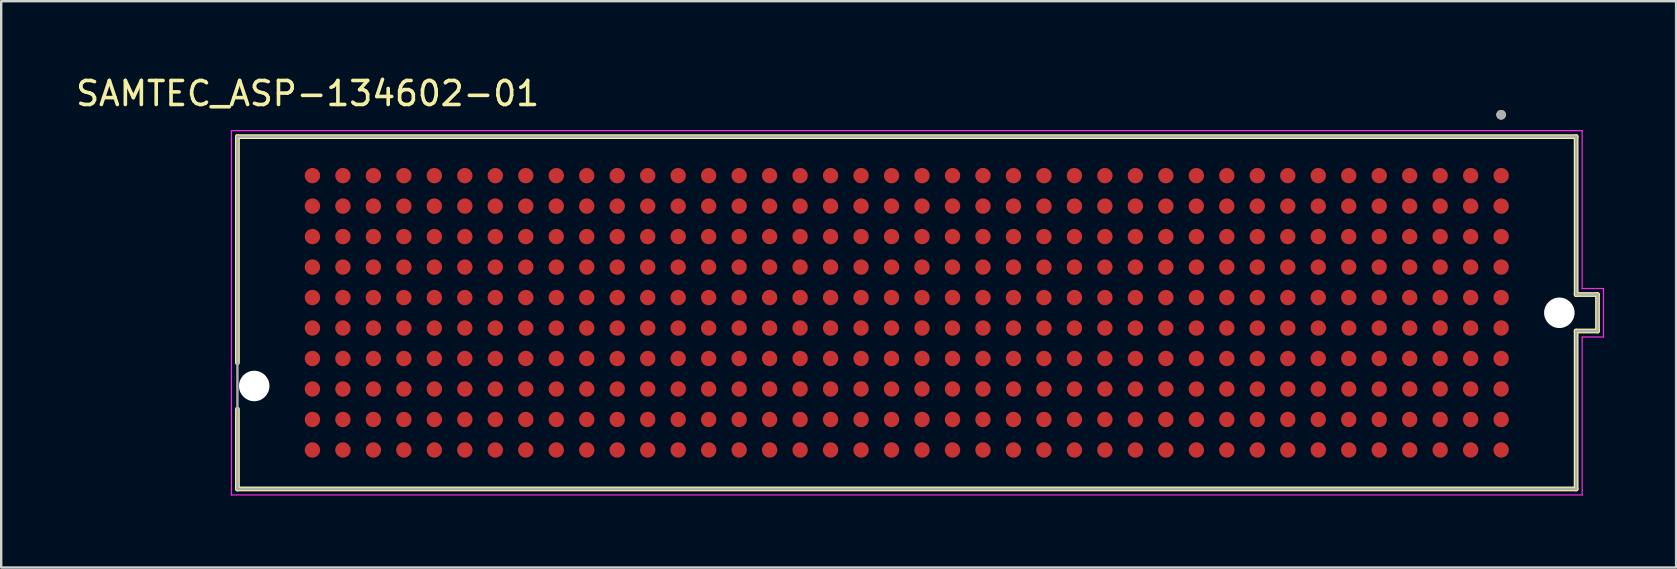
<source format=kicad_pcb>
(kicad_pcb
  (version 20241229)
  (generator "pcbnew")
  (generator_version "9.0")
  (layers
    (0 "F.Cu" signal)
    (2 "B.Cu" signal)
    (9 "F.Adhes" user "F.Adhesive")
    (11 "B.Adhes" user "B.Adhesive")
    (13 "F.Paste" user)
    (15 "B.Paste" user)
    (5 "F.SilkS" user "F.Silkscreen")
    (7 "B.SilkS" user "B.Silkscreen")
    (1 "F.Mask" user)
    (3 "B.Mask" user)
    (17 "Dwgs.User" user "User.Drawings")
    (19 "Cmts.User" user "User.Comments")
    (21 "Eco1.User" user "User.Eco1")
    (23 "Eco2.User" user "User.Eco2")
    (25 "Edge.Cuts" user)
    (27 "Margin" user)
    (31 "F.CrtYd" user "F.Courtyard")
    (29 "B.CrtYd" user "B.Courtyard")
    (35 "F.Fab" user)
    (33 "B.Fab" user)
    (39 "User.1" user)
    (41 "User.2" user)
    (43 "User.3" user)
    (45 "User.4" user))
  (footprint "SAMTEC_ASP-134602-01"
    (layer "F.Cu")
    (at 34.733 9.983)
    (property "Reference" "SAMTEC_ASP-134602-01" (at -24.965 -9.135 0) (layer "F.SilkS") (effects (font (size 1 1) (thickness 0.15))))
    (attr smd)
    (fp_line (start -27.89 -7.34) (end 27.89 -7.34) (stroke (width 0.2) (type solid)) (layer "F.SilkS"))
    (fp_line (start -27.89 2.083) (end -27.89 -7.34) (stroke (width 0.2) (type solid)) (layer "F.SilkS"))
    (fp_line (start -27.89 7.34) (end -27.89 4.013) (stroke (width 0.2) (type solid)) (layer "F.SilkS"))
    (fp_line (start 27.89 -7.34) (end 27.89 -0.76) (stroke (width 0.2) (type solid)) (layer "F.SilkS"))
    (fp_line (start 27.89 -0.76) (end 28.78 -0.76) (stroke (width 0.2) (type solid)) (layer "F.SilkS"))
    (fp_line (start 27.89 0.76) (end 27.89 7.34) (stroke (width 0.2) (type solid)) (layer "F.SilkS"))
    (fp_line (start 27.89 7.34) (end -27.89 7.34) (stroke (width 0.2) (type solid)) (layer "F.SilkS"))
    (fp_line (start 28.78 -0.76) (end 28.78 0.76) (stroke (width 0.2) (type solid)) (layer "F.SilkS"))
    (fp_line (start 28.78 0.76) (end 27.89 0.76) (stroke (width 0.2) (type solid)) (layer "F.SilkS"))
    (fp_circle (center 24.765 -8.25) (end 24.865 -8.25) (stroke (width 0.2) (type solid)) (fill no) (layer "F.SilkS"))
    (fp_circle (center -24.765 -5.715) (end -24.543 -5.715) (stroke (width 0.445) (type solid)) (fill no) (layer "F.Paste"))
    (fp_circle (center -24.765 -4.445) (end -24.543 -4.445) (stroke (width 0.445) (type solid)) (fill no) (layer "F.Paste"))
    (fp_circle (center -24.765 -3.175) (end -24.543 -3.175) (stroke (width 0.445) (type solid)) (fill no) (layer "F.Paste"))
    (fp_circle (center -24.765 -1.905) (end -24.543 -1.905) (stroke (width 0.445) (type solid)) (fill no) (layer "F.Paste"))
    (fp_circle (center -24.765 -0.635) (end -24.543 -0.635) (stroke (width 0.445) (type solid)) (fill no) (layer "F.Paste"))
    (fp_circle (center -24.765 0.635) (end -24.543 0.635) (stroke (width 0.445) (type solid)) (fill no) (layer "F.Paste"))
    (fp_circle (center -24.765 1.905) (end -24.543 1.905) (stroke (width 0.445) (type solid)) (fill no) (layer "F.Paste"))
    (fp_circle (center -24.765 3.175) (end -24.543 3.175) (stroke (width 0.445) (type solid)) (fill no) (layer "F.Paste"))
    (fp_circle (center -24.765 4.445) (end -24.543 4.445) (stroke (width 0.445) (type solid)) (fill no) (layer "F.Paste"))
    (fp_circle (center -24.765 5.715) (end -24.543 5.715) (stroke (width 0.445) (type solid)) (fill no) (layer "F.Paste"))
    (fp_circle (center -23.495 -5.715) (end -23.273 -5.715) (stroke (width 0.445) (type solid)) (fill no) (layer "F.Paste"))
    (fp_circle (center -23.495 -4.445) (end -23.273 -4.445) (stroke (width 0.445) (type solid)) (fill no) (layer "F.Paste"))
    (fp_circle (center -23.495 -3.175) (end -23.273 -3.175) (stroke (width 0.445) (type solid)) (fill no) (layer "F.Paste"))
    (fp_circle (center -23.495 -1.905) (end -23.273 -1.905) (stroke (width 0.445) (type solid)) (fill no) (layer "F.Paste"))
    (fp_circle (center -23.495 -0.635) (end -23.273 -0.635) (stroke (width 0.445) (type solid)) (fill no) (layer "F.Paste"))
    (fp_circle (center -23.495 0.635) (end -23.273 0.635) (stroke (width 0.445) (type solid)) (fill no) (layer "F.Paste"))
    (fp_circle (center -23.495 1.905) (end -23.273 1.905) (stroke (width 0.445) (type solid)) (fill no) (layer "F.Paste"))
    (fp_circle (center -23.495 3.175) (end -23.273 3.175) (stroke (width 0.445) (type solid)) (fill no) (layer "F.Paste"))
    (fp_circle (center -23.495 4.445) (end -23.273 4.445) (stroke (width 0.445) (type solid)) (fill no) (layer "F.Paste"))
    (fp_circle (center -23.495 5.715) (end -23.273 5.715) (stroke (width 0.445) (type solid)) (fill no) (layer "F.Paste"))
    (fp_circle (center -22.225 -5.715) (end -22.003 -5.715) (stroke (width 0.445) (type solid)) (fill no) (layer "F.Paste"))
    (fp_circle (center -22.225 -4.445) (end -22.003 -4.445) (stroke (width 0.445) (type solid)) (fill no) (layer "F.Paste"))
    (fp_circle (center -22.225 -3.175) (end -22.003 -3.175) (stroke (width 0.445) (type solid)) (fill no) (layer "F.Paste"))
    (fp_circle (center -22.225 -1.905) (end -22.003 -1.905) (stroke (width 0.445) (type solid)) (fill no) (layer "F.Paste"))
    (fp_circle (center -22.225 -0.635) (end -22.003 -0.635) (stroke (width 0.445) (type solid)) (fill no) (layer "F.Paste"))
    (fp_circle (center -22.225 0.635) (end -22.003 0.635) (stroke (width 0.445) (type solid)) (fill no) (layer "F.Paste"))
    (fp_circle (center -22.225 1.905) (end -22.003 1.905) (stroke (width 0.445) (type solid)) (fill no) (layer "F.Paste"))
    (fp_circle (center -22.225 3.175) (end -22.003 3.175) (stroke (width 0.445) (type solid)) (fill no) (layer "F.Paste"))
    (fp_circle (center -22.225 4.445) (end -22.003 4.445) (stroke (width 0.445) (type solid)) (fill no) (layer "F.Paste"))
    (fp_circle (center -22.225 5.715) (end -22.003 5.715) (stroke (width 0.445) (type solid)) (fill no) (layer "F.Paste"))
    (fp_circle (center -20.955 -5.715) (end -20.733 -5.715) (stroke (width 0.445) (type solid)) (fill no) (layer "F.Paste"))
    (fp_circle (center -20.955 -4.445) (end -20.733 -4.445) (stroke (width 0.445) (type solid)) (fill no) (layer "F.Paste"))
    (fp_circle (center -20.955 -3.175) (end -20.733 -3.175) (stroke (width 0.445) (type solid)) (fill no) (layer "F.Paste"))
    (fp_circle (center -20.955 -1.905) (end -20.733 -1.905) (stroke (width 0.445) (type solid)) (fill no) (layer "F.Paste"))
    (fp_circle (center -20.955 -0.635) (end -20.733 -0.635) (stroke (width 0.445) (type solid)) (fill no) (layer "F.Paste"))
    (fp_circle (center -20.955 0.635) (end -20.733 0.635) (stroke (width 0.445) (type solid)) (fill no) (layer "F.Paste"))
    (fp_circle (center -20.955 1.905) (end -20.733 1.905) (stroke (width 0.445) (type solid)) (fill no) (layer "F.Paste"))
    (fp_circle (center -20.955 3.175) (end -20.733 3.175) (stroke (width 0.445) (type solid)) (fill no) (layer "F.Paste"))
    (fp_circle (center -20.955 4.445) (end -20.733 4.445) (stroke (width 0.445) (type solid)) (fill no) (layer "F.Paste"))
    (fp_circle (center -20.955 5.715) (end -20.733 5.715) (stroke (width 0.445) (type solid)) (fill no) (layer "F.Paste"))
    (fp_circle (center -19.685 -5.715) (end -19.462 -5.715) (stroke (width 0.445) (type solid)) (fill no) (layer "F.Paste"))
    (fp_circle (center -19.685 -4.445) (end -19.462 -4.445) (stroke (width 0.445) (type solid)) (fill no) (layer "F.Paste"))
    (fp_circle (center -19.685 -3.175) (end -19.462 -3.175) (stroke (width 0.445) (type solid)) (fill no) (layer "F.Paste"))
    (fp_circle (center -19.685 -1.905) (end -19.462 -1.905) (stroke (width 0.445) (type solid)) (fill no) (layer "F.Paste"))
    (fp_circle (center -19.685 -0.635) (end -19.462 -0.635) (stroke (width 0.445) (type solid)) (fill no) (layer "F.Paste"))
    (fp_circle (center -19.685 0.635) (end -19.462 0.635) (stroke (width 0.445) (type solid)) (fill no) (layer "F.Paste"))
    (fp_circle (center -19.685 1.905) (end -19.462 1.905) (stroke (width 0.445) (type solid)) (fill no) (layer "F.Paste"))
    (fp_circle (center -19.685 3.175) (end -19.462 3.175) (stroke (width 0.445) (type solid)) (fill no) (layer "F.Paste"))
    (fp_circle (center -19.685 4.445) (end -19.462 4.445) (stroke (width 0.445) (type solid)) (fill no) (layer "F.Paste"))
    (fp_circle (center -19.685 5.715) (end -19.462 5.715) (stroke (width 0.445) (type solid)) (fill no) (layer "F.Paste"))
    (fp_circle (center -18.415 -5.715) (end -18.192 -5.715) (stroke (width 0.445) (type solid)) (fill no) (layer "F.Paste"))
    (fp_circle (center -18.415 -4.445) (end -18.192 -4.445) (stroke (width 0.445) (type solid)) (fill no) (layer "F.Paste"))
    (fp_circle (center -18.415 -3.175) (end -18.192 -3.175) (stroke (width 0.445) (type solid)) (fill no) (layer "F.Paste"))
    (fp_circle (center -18.415 -1.905) (end -18.192 -1.905) (stroke (width 0.445) (type solid)) (fill no) (layer "F.Paste"))
    (fp_circle (center -18.415 -0.635) (end -18.192 -0.635) (stroke (width 0.445) (type solid)) (fill no) (layer "F.Paste"))
    (fp_circle (center -18.415 0.635) (end -18.192 0.635) (stroke (width 0.445) (type solid)) (fill no) (layer "F.Paste"))
    (fp_circle (center -18.415 1.905) (end -18.192 1.905) (stroke (width 0.445) (type solid)) (fill no) (layer "F.Paste"))
    (fp_circle (center -18.415 3.175) (end -18.192 3.175) (stroke (width 0.445) (type solid)) (fill no) (layer "F.Paste"))
    (fp_circle (center -18.415 4.445) (end -18.192 4.445) (stroke (width 0.445) (type solid)) (fill no) (layer "F.Paste"))
    (fp_circle (center -18.415 5.715) (end -18.192 5.715) (stroke (width 0.445) (type solid)) (fill no) (layer "F.Paste"))
    (fp_circle (center -17.145 -5.715) (end -16.922 -5.715) (stroke (width 0.445) (type solid)) (fill no) (layer "F.Paste"))
    (fp_circle (center -17.145 -4.445) (end -16.922 -4.445) (stroke (width 0.445) (type solid)) (fill no) (layer "F.Paste"))
    (fp_circle (center -17.145 -3.175) (end -16.922 -3.175) (stroke (width 0.445) (type solid)) (fill no) (layer "F.Paste"))
    (fp_circle (center -17.145 -1.905) (end -16.922 -1.905) (stroke (width 0.445) (type solid)) (fill no) (layer "F.Paste"))
    (fp_circle (center -17.145 -0.635) (end -16.922 -0.635) (stroke (width 0.445) (type solid)) (fill no) (layer "F.Paste"))
    (fp_circle (center -17.145 0.635) (end -16.922 0.635) (stroke (width 0.445) (type solid)) (fill no) (layer "F.Paste"))
    (fp_circle (center -17.145 1.905) (end -16.922 1.905) (stroke (width 0.445) (type solid)) (fill no) (layer "F.Paste"))
    (fp_circle (center -17.145 3.175) (end -16.922 3.175) (stroke (width 0.445) (type solid)) (fill no) (layer "F.Paste"))
    (fp_circle (center -17.145 4.445) (end -16.922 4.445) (stroke (width 0.445) (type solid)) (fill no) (layer "F.Paste"))
    (fp_circle (center -17.145 5.715) (end -16.922 5.715) (stroke (width 0.445) (type solid)) (fill no) (layer "F.Paste"))
    (fp_circle (center -15.875 -5.715) (end -15.652 -5.715) (stroke (width 0.445) (type solid)) (fill no) (layer "F.Paste"))
    (fp_circle (center -15.875 -4.445) (end -15.652 -4.445) (stroke (width 0.445) (type solid)) (fill no) (layer "F.Paste"))
    (fp_circle (center -15.875 -3.175) (end -15.652 -3.175) (stroke (width 0.445) (type solid)) (fill no) (layer "F.Paste"))
    (fp_circle (center -15.875 -1.905) (end -15.652 -1.905) (stroke (width 0.445) (type solid)) (fill no) (layer "F.Paste"))
    (fp_circle (center -15.875 -0.635) (end -15.652 -0.635) (stroke (width 0.445) (type solid)) (fill no) (layer "F.Paste"))
    (fp_circle (center -15.875 0.635) (end -15.652 0.635) (stroke (width 0.445) (type solid)) (fill no) (layer "F.Paste"))
    (fp_circle (center -15.875 1.905) (end -15.652 1.905) (stroke (width 0.445) (type solid)) (fill no) (layer "F.Paste"))
    (fp_circle (center -15.875 3.175) (end -15.652 3.175) (stroke (width 0.445) (type solid)) (fill no) (layer "F.Paste"))
    (fp_circle (center -15.875 4.445) (end -15.652 4.445) (stroke (width 0.445) (type solid)) (fill no) (layer "F.Paste"))
    (fp_circle (center -15.875 5.715) (end -15.652 5.715) (stroke (width 0.445) (type solid)) (fill no) (layer "F.Paste"))
    (fp_circle (center -14.605 -5.715) (end -14.383 -5.715) (stroke (width 0.445) (type solid)) (fill no) (layer "F.Paste"))
    (fp_circle (center -14.605 -4.445) (end -14.383 -4.445) (stroke (width 0.445) (type solid)) (fill no) (layer "F.Paste"))
    (fp_circle (center -14.605 -3.175) (end -14.383 -3.175) (stroke (width 0.445) (type solid)) (fill no) (layer "F.Paste"))
    (fp_circle (center -14.605 -1.905) (end -14.383 -1.905) (stroke (width 0.445) (type solid)) (fill no) (layer "F.Paste"))
    (fp_circle (center -14.605 -0.635) (end -14.383 -0.635) (stroke (width 0.445) (type solid)) (fill no) (layer "F.Paste"))
    (fp_circle (center -14.605 0.635) (end -14.383 0.635) (stroke (width 0.445) (type solid)) (fill no) (layer "F.Paste"))
    (fp_circle (center -14.605 1.905) (end -14.383 1.905) (stroke (width 0.445) (type solid)) (fill no) (layer "F.Paste"))
    (fp_circle (center -14.605 3.175) (end -14.383 3.175) (stroke (width 0.445) (type solid)) (fill no) (layer "F.Paste"))
    (fp_circle (center -14.605 4.445) (end -14.383 4.445) (stroke (width 0.445) (type solid)) (fill no) (layer "F.Paste"))
    (fp_circle (center -14.605 5.715) (end -14.383 5.715) (stroke (width 0.445) (type solid)) (fill no) (layer "F.Paste"))
    (fp_circle (center -13.335 -5.715) (end -13.113 -5.715) (stroke (width 0.445) (type solid)) (fill no) (layer "F.Paste"))
    (fp_circle (center -13.335 -4.445) (end -13.113 -4.445) (stroke (width 0.445) (type solid)) (fill no) (layer "F.Paste"))
    (fp_circle (center -13.335 -3.175) (end -13.113 -3.175) (stroke (width 0.445) (type solid)) (fill no) (layer "F.Paste"))
    (fp_circle (center -13.335 -1.905) (end -13.113 -1.905) (stroke (width 0.445) (type solid)) (fill no) (layer "F.Paste"))
    (fp_circle (center -13.335 -0.635) (end -13.113 -0.635) (stroke (width 0.445) (type solid)) (fill no) (layer "F.Paste"))
    (fp_circle (center -13.335 0.635) (end -13.113 0.635) (stroke (width 0.445) (type solid)) (fill no) (layer "F.Paste"))
    (fp_circle (center -13.335 1.905) (end -13.113 1.905) (stroke (width 0.445) (type solid)) (fill no) (layer "F.Paste"))
    (fp_circle (center -13.335 3.175) (end -13.113 3.175) (stroke (width 0.445) (type solid)) (fill no) (layer "F.Paste"))
    (fp_circle (center -13.335 4.445) (end -13.113 4.445) (stroke (width 0.445) (type solid)) (fill no) (layer "F.Paste"))
    (fp_circle (center -13.335 5.715) (end -13.113 5.715) (stroke (width 0.445) (type solid)) (fill no) (layer "F.Paste"))
    (fp_circle (center -12.065 -5.715) (end -11.842 -5.715) (stroke (width 0.445) (type solid)) (fill no) (layer "F.Paste"))
    (fp_circle (center -12.065 -4.445) (end -11.842 -4.445) (stroke (width 0.445) (type solid)) (fill no) (layer "F.Paste"))
    (fp_circle (center -12.065 -3.175) (end -11.842 -3.175) (stroke (width 0.445) (type solid)) (fill no) (layer "F.Paste"))
    (fp_circle (center -12.065 -1.905) (end -11.842 -1.905) (stroke (width 0.445) (type solid)) (fill no) (layer "F.Paste"))
    (fp_circle (center -12.065 -0.635) (end -11.842 -0.635) (stroke (width 0.445) (type solid)) (fill no) (layer "F.Paste"))
    (fp_circle (center -12.065 0.635) (end -11.842 0.635) (stroke (width 0.445) (type solid)) (fill no) (layer "F.Paste"))
    (fp_circle (center -12.065 1.905) (end -11.842 1.905) (stroke (width 0.445) (type solid)) (fill no) (layer "F.Paste"))
    (fp_circle (center -12.065 3.175) (end -11.842 3.175) (stroke (width 0.445) (type solid)) (fill no) (layer "F.Paste"))
    (fp_circle (center -12.065 4.445) (end -11.842 4.445) (stroke (width 0.445) (type solid)) (fill no) (layer "F.Paste"))
    (fp_circle (center -12.065 5.715) (end -11.842 5.715) (stroke (width 0.445) (type solid)) (fill no) (layer "F.Paste"))
    (fp_circle (center -10.795 -5.715) (end -10.572 -5.715) (stroke (width 0.445) (type solid)) (fill no) (layer "F.Paste"))
    (fp_circle (center -10.795 -4.445) (end -10.572 -4.445) (stroke (width 0.445) (type solid)) (fill no) (layer "F.Paste"))
    (fp_circle (center -10.795 -3.175) (end -10.572 -3.175) (stroke (width 0.445) (type solid)) (fill no) (layer "F.Paste"))
    (fp_circle (center -10.795 -1.905) (end -10.572 -1.905) (stroke (width 0.445) (type solid)) (fill no) (layer "F.Paste"))
    (fp_circle (center -10.795 -0.635) (end -10.572 -0.635) (stroke (width 0.445) (type solid)) (fill no) (layer "F.Paste"))
    (fp_circle (center -10.795 0.635) (end -10.572 0.635) (stroke (width 0.445) (type solid)) (fill no) (layer "F.Paste"))
    (fp_circle (center -10.795 1.905) (end -10.572 1.905) (stroke (width 0.445) (type solid)) (fill no) (layer "F.Paste"))
    (fp_circle (center -10.795 3.175) (end -10.572 3.175) (stroke (width 0.445) (type solid)) (fill no) (layer "F.Paste"))
    (fp_circle (center -10.795 4.445) (end -10.572 4.445) (stroke (width 0.445) (type solid)) (fill no) (layer "F.Paste"))
    (fp_circle (center -10.795 5.715) (end -10.572 5.715) (stroke (width 0.445) (type solid)) (fill no) (layer "F.Paste"))
    (fp_circle (center -9.525 -5.715) (end -9.303 -5.715) (stroke (width 0.445) (type solid)) (fill no) (layer "F.Paste"))
    (fp_circle (center -9.525 -4.445) (end -9.303 -4.445) (stroke (width 0.445) (type solid)) (fill no) (layer "F.Paste"))
    (fp_circle (center -9.525 -3.175) (end -9.303 -3.175) (stroke (width 0.445) (type solid)) (fill no) (layer "F.Paste"))
    (fp_circle (center -9.525 -1.905) (end -9.303 -1.905) (stroke (width 0.445) (type solid)) (fill no) (layer "F.Paste"))
    (fp_circle (center -9.525 -0.635) (end -9.303 -0.635) (stroke (width 0.445) (type solid)) (fill no) (layer "F.Paste"))
    (fp_circle (center -9.525 0.635) (end -9.303 0.635) (stroke (width 0.445) (type solid)) (fill no) (layer "F.Paste"))
    (fp_circle (center -9.525 1.905) (end -9.303 1.905) (stroke (width 0.445) (type solid)) (fill no) (layer "F.Paste"))
    (fp_circle (center -9.525 3.175) (end -9.303 3.175) (stroke (width 0.445) (type solid)) (fill no) (layer "F.Paste"))
    (fp_circle (center -9.525 4.445) (end -9.303 4.445) (stroke (width 0.445) (type solid)) (fill no) (layer "F.Paste"))
    (fp_circle (center -9.525 5.715) (end -9.303 5.715) (stroke (width 0.445) (type solid)) (fill no) (layer "F.Paste"))
    (fp_circle (center -8.255 -5.715) (end -8.033 -5.715) (stroke (width 0.445) (type solid)) (fill no) (layer "F.Paste"))
    (fp_circle (center -8.255 -4.445) (end -8.033 -4.445) (stroke (width 0.445) (type solid)) (fill no) (layer "F.Paste"))
    (fp_circle (center -8.255 -3.175) (end -8.033 -3.175) (stroke (width 0.445) (type solid)) (fill no) (layer "F.Paste"))
    (fp_circle (center -8.255 -1.905) (end -8.033 -1.905) (stroke (width 0.445) (type solid)) (fill no) (layer "F.Paste"))
    (fp_circle (center -8.255 -0.635) (end -8.033 -0.635) (stroke (width 0.445) (type solid)) (fill no) (layer "F.Paste"))
    (fp_circle (center -8.255 0.635) (end -8.033 0.635) (stroke (width 0.445) (type solid)) (fill no) (layer "F.Paste"))
    (fp_circle (center -8.255 1.905) (end -8.033 1.905) (stroke (width 0.445) (type solid)) (fill no) (layer "F.Paste"))
    (fp_circle (center -8.255 3.175) (end -8.033 3.175) (stroke (width 0.445) (type solid)) (fill no) (layer "F.Paste"))
    (fp_circle (center -8.255 4.445) (end -8.033 4.445) (stroke (width 0.445) (type solid)) (fill no) (layer "F.Paste"))
    (fp_circle (center -8.255 5.715) (end -8.033 5.715) (stroke (width 0.445) (type solid)) (fill no) (layer "F.Paste"))
    (fp_circle (center -6.985 -5.715) (end -6.763 -5.715) (stroke (width 0.445) (type solid)) (fill no) (layer "F.Paste"))
    (fp_circle (center -6.985 -4.445) (end -6.763 -4.445) (stroke (width 0.445) (type solid)) (fill no) (layer "F.Paste"))
    (fp_circle (center -6.985 -3.175) (end -6.763 -3.175) (stroke (width 0.445) (type solid)) (fill no) (layer "F.Paste"))
    (fp_circle (center -6.985 -1.905) (end -6.763 -1.905) (stroke (width 0.445) (type solid)) (fill no) (layer "F.Paste"))
    (fp_circle (center -6.985 -0.635) (end -6.763 -0.635) (stroke (width 0.445) (type solid)) (fill no) (layer "F.Paste"))
    (fp_circle (center -6.985 0.635) (end -6.763 0.635) (stroke (width 0.445) (type solid)) (fill no) (layer "F.Paste"))
    (fp_circle (center -6.985 1.905) (end -6.763 1.905) (stroke (width 0.445) (type solid)) (fill no) (layer "F.Paste"))
    (fp_circle (center -6.985 3.175) (end -6.763 3.175) (stroke (width 0.445) (type solid)) (fill no) (layer "F.Paste"))
    (fp_circle (center -6.985 4.445) (end -6.763 4.445) (stroke (width 0.445) (type solid)) (fill no) (layer "F.Paste"))
    (fp_circle (center -6.985 5.715) (end -6.763 5.715) (stroke (width 0.445) (type solid)) (fill no) (layer "F.Paste"))
    (fp_circle (center -5.715 -5.715) (end -5.492 -5.715) (stroke (width 0.445) (type solid)) (fill no) (layer "F.Paste"))
    (fp_circle (center -5.715 -4.445) (end -5.492 -4.445) (stroke (width 0.445) (type solid)) (fill no) (layer "F.Paste"))
    (fp_circle (center -5.715 -3.175) (end -5.492 -3.175) (stroke (width 0.445) (type solid)) (fill no) (layer "F.Paste"))
    (fp_circle (center -5.715 -1.905) (end -5.492 -1.905) (stroke (width 0.445) (type solid)) (fill no) (layer "F.Paste"))
    (fp_circle (center -5.715 -0.635) (end -5.492 -0.635) (stroke (width 0.445) (type solid)) (fill no) (layer "F.Paste"))
    (fp_circle (center -5.715 0.635) (end -5.492 0.635) (stroke (width 0.445) (type solid)) (fill no) (layer "F.Paste"))
    (fp_circle (center -5.715 1.905) (end -5.492 1.905) (stroke (width 0.445) (type solid)) (fill no) (layer "F.Paste"))
    (fp_circle (center -5.715 3.175) (end -5.492 3.175) (stroke (width 0.445) (type solid)) (fill no) (layer "F.Paste"))
    (fp_circle (center -5.715 4.445) (end -5.492 4.445) (stroke (width 0.445) (type solid)) (fill no) (layer "F.Paste"))
    (fp_circle (center -5.715 5.715) (end -5.492 5.715) (stroke (width 0.445) (type solid)) (fill no) (layer "F.Paste"))
    (fp_circle (center -4.445 -5.715) (end -4.223 -5.715) (stroke (width 0.445) (type solid)) (fill no) (layer "F.Paste"))
    (fp_circle (center -4.445 -4.445) (end -4.223 -4.445) (stroke (width 0.445) (type solid)) (fill no) (layer "F.Paste"))
    (fp_circle (center -4.445 -3.175) (end -4.223 -3.175) (stroke (width 0.445) (type solid)) (fill no) (layer "F.Paste"))
    (fp_circle (center -4.445 -1.905) (end -4.223 -1.905) (stroke (width 0.445) (type solid)) (fill no) (layer "F.Paste"))
    (fp_circle (center -4.445 -0.635) (end -4.223 -0.635) (stroke (width 0.445) (type solid)) (fill no) (layer "F.Paste"))
    (fp_circle (center -4.445 0.635) (end -4.223 0.635) (stroke (width 0.445) (type solid)) (fill no) (layer "F.Paste"))
    (fp_circle (center -4.445 1.905) (end -4.223 1.905) (stroke (width 0.445) (type solid)) (fill no) (layer "F.Paste"))
    (fp_circle (center -4.445 3.175) (end -4.223 3.175) (stroke (width 0.445) (type solid)) (fill no) (layer "F.Paste"))
    (fp_circle (center -4.445 4.445) (end -4.223 4.445) (stroke (width 0.445) (type solid)) (fill no) (layer "F.Paste"))
    (fp_circle (center -4.445 5.715) (end -4.223 5.715) (stroke (width 0.445) (type solid)) (fill no) (layer "F.Paste"))
    (fp_circle (center -3.175 -5.715) (end -2.953 -5.715) (stroke (width 0.445) (type solid)) (fill no) (layer "F.Paste"))
    (fp_circle (center -3.175 -4.445) (end -2.953 -4.445) (stroke (width 0.445) (type solid)) (fill no) (layer "F.Paste"))
    (fp_circle (center -3.175 -3.175) (end -2.953 -3.175) (stroke (width 0.445) (type solid)) (fill no) (layer "F.Paste"))
    (fp_circle (center -3.175 -1.905) (end -2.953 -1.905) (stroke (width 0.445) (type solid)) (fill no) (layer "F.Paste"))
    (fp_circle (center -3.175 -0.635) (end -2.953 -0.635) (stroke (width 0.445) (type solid)) (fill no) (layer "F.Paste"))
    (fp_circle (center -3.175 0.635) (end -2.953 0.635) (stroke (width 0.445) (type solid)) (fill no) (layer "F.Paste"))
    (fp_circle (center -3.175 1.905) (end -2.953 1.905) (stroke (width 0.445) (type solid)) (fill no) (layer "F.Paste"))
    (fp_circle (center -3.175 3.175) (end -2.953 3.175) (stroke (width 0.445) (type solid)) (fill no) (layer "F.Paste"))
    (fp_circle (center -3.175 4.445) (end -2.953 4.445) (stroke (width 0.445) (type solid)) (fill no) (layer "F.Paste"))
    (fp_circle (center -3.175 5.715) (end -2.953 5.715) (stroke (width 0.445) (type solid)) (fill no) (layer "F.Paste"))
    (fp_circle (center -1.905 -5.715) (end -1.683 -5.715) (stroke (width 0.445) (type solid)) (fill no) (layer "F.Paste"))
    (fp_circle (center -1.905 -4.445) (end -1.683 -4.445) (stroke (width 0.445) (type solid)) (fill no) (layer "F.Paste"))
    (fp_circle (center -1.905 -3.175) (end -1.683 -3.175) (stroke (width 0.445) (type solid)) (fill no) (layer "F.Paste"))
    (fp_circle (center -1.905 -1.905) (end -1.683 -1.905) (stroke (width 0.445) (type solid)) (fill no) (layer "F.Paste"))
    (fp_circle (center -1.905 -0.635) (end -1.683 -0.635) (stroke (width 0.445) (type solid)) (fill no) (layer "F.Paste"))
    (fp_circle (center -1.905 0.635) (end -1.683 0.635) (stroke (width 0.445) (type solid)) (fill no) (layer "F.Paste"))
    (fp_circle (center -1.905 1.905) (end -1.683 1.905) (stroke (width 0.445) (type solid)) (fill no) (layer "F.Paste"))
    (fp_circle (center -1.905 3.175) (end -1.683 3.175) (stroke (width 0.445) (type solid)) (fill no) (layer "F.Paste"))
    (fp_circle (center -1.905 4.445) (end -1.683 4.445) (stroke (width 0.445) (type solid)) (fill no) (layer "F.Paste"))
    (fp_circle (center -1.905 5.715) (end -1.683 5.715) (stroke (width 0.445) (type solid)) (fill no) (layer "F.Paste"))
    (fp_circle (center -0.635 -5.715) (end -0.412 -5.715) (stroke (width 0.445) (type solid)) (fill no) (layer "F.Paste"))
    (fp_circle (center -0.635 -4.445) (end -0.412 -4.445) (stroke (width 0.445) (type solid)) (fill no) (layer "F.Paste"))
    (fp_circle (center -0.635 -3.175) (end -0.412 -3.175) (stroke (width 0.445) (type solid)) (fill no) (layer "F.Paste"))
    (fp_circle (center -0.635 -1.905) (end -0.412 -1.905) (stroke (width 0.445) (type solid)) (fill no) (layer "F.Paste"))
    (fp_circle (center -0.635 -0.635) (end -0.412 -0.635) (stroke (width 0.445) (type solid)) (fill no) (layer "F.Paste"))
    (fp_circle (center -0.635 0.635) (end -0.412 0.635) (stroke (width 0.445) (type solid)) (fill no) (layer "F.Paste"))
    (fp_circle (center -0.635 1.905) (end -0.412 1.905) (stroke (width 0.445) (type solid)) (fill no) (layer "F.Paste"))
    (fp_circle (center -0.635 3.175) (end -0.412 3.175) (stroke (width 0.445) (type solid)) (fill no) (layer "F.Paste"))
    (fp_circle (center -0.635 4.445) (end -0.412 4.445) (stroke (width 0.445) (type solid)) (fill no) (layer "F.Paste"))
    (fp_circle (center -0.635 5.715) (end -0.412 5.715) (stroke (width 0.445) (type solid)) (fill no) (layer "F.Paste"))
    (fp_circle (center 0.635 -5.715) (end 0.858 -5.715) (stroke (width 0.445) (type solid)) (fill no) (layer "F.Paste"))
    (fp_circle (center 0.635 -4.445) (end 0.858 -4.445) (stroke (width 0.445) (type solid)) (fill no) (layer "F.Paste"))
    (fp_circle (center 0.635 -3.175) (end 0.858 -3.175) (stroke (width 0.445) (type solid)) (fill no) (layer "F.Paste"))
    (fp_circle (center 0.635 -1.905) (end 0.858 -1.905) (stroke (width 0.445) (type solid)) (fill no) (layer "F.Paste"))
    (fp_circle (center 0.635 -0.635) (end 0.858 -0.635) (stroke (width 0.445) (type solid)) (fill no) (layer "F.Paste"))
    (fp_circle (center 0.635 0.635) (end 0.858 0.635) (stroke (width 0.445) (type solid)) (fill no) (layer "F.Paste"))
    (fp_circle (center 0.635 1.905) (end 0.858 1.905) (stroke (width 0.445) (type solid)) (fill no) (layer "F.Paste"))
    (fp_circle (center 0.635 3.175) (end 0.858 3.175) (stroke (width 0.445) (type solid)) (fill no) (layer "F.Paste"))
    (fp_circle (center 0.635 4.445) (end 0.858 4.445) (stroke (width 0.445) (type solid)) (fill no) (layer "F.Paste"))
    (fp_circle (center 0.635 5.715) (end 0.858 5.715) (stroke (width 0.445) (type solid)) (fill no) (layer "F.Paste"))
    (fp_circle (center 1.905 -5.715) (end 2.127 -5.715) (stroke (width 0.445) (type solid)) (fill no) (layer "F.Paste"))
    (fp_circle (center 1.905 -4.445) (end 2.127 -4.445) (stroke (width 0.445) (type solid)) (fill no) (layer "F.Paste"))
    (fp_circle (center 1.905 -3.175) (end 2.127 -3.175) (stroke (width 0.445) (type solid)) (fill no) (layer "F.Paste"))
    (fp_circle (center 1.905 -1.905) (end 2.127 -1.905) (stroke (width 0.445) (type solid)) (fill no) (layer "F.Paste"))
    (fp_circle (center 1.905 -0.635) (end 2.127 -0.635) (stroke (width 0.445) (type solid)) (fill no) (layer "F.Paste"))
    (fp_circle (center 1.905 0.635) (end 2.127 0.635) (stroke (width 0.445) (type solid)) (fill no) (layer "F.Paste"))
    (fp_circle (center 1.905 1.905) (end 2.127 1.905) (stroke (width 0.445) (type solid)) (fill no) (layer "F.Paste"))
    (fp_circle (center 1.905 3.175) (end 2.127 3.175) (stroke (width 0.445) (type solid)) (fill no) (layer "F.Paste"))
    (fp_circle (center 1.905 4.445) (end 2.127 4.445) (stroke (width 0.445) (type solid)) (fill no) (layer "F.Paste"))
    (fp_circle (center 1.905 5.715) (end 2.127 5.715) (stroke (width 0.445) (type solid)) (fill no) (layer "F.Paste"))
    (fp_circle (center 3.175 -5.715) (end 3.397 -5.715) (stroke (width 0.445) (type solid)) (fill no) (layer "F.Paste"))
    (fp_circle (center 3.175 -4.445) (end 3.397 -4.445) (stroke (width 0.445) (type solid)) (fill no) (layer "F.Paste"))
    (fp_circle (center 3.175 -3.175) (end 3.397 -3.175) (stroke (width 0.445) (type solid)) (fill no) (layer "F.Paste"))
    (fp_circle (center 3.175 -1.905) (end 3.397 -1.905) (stroke (width 0.445) (type solid)) (fill no) (layer "F.Paste"))
    (fp_circle (center 3.175 -0.635) (end 3.397 -0.635) (stroke (width 0.445) (type solid)) (fill no) (layer "F.Paste"))
    (fp_circle (center 3.175 0.635) (end 3.397 0.635) (stroke (width 0.445) (type solid)) (fill no) (layer "F.Paste"))
    (fp_circle (center 3.175 1.905) (end 3.397 1.905) (stroke (width 0.445) (type solid)) (fill no) (layer "F.Paste"))
    (fp_circle (center 3.175 3.175) (end 3.397 3.175) (stroke (width 0.445) (type solid)) (fill no) (layer "F.Paste"))
    (fp_circle (center 3.175 4.445) (end 3.397 4.445) (stroke (width 0.445) (type solid)) (fill no) (layer "F.Paste"))
    (fp_circle (center 3.175 5.715) (end 3.397 5.715) (stroke (width 0.445) (type solid)) (fill no) (layer "F.Paste"))
    (fp_circle (center 4.445 -5.715) (end 4.668 -5.715) (stroke (width 0.445) (type solid)) (fill no) (layer "F.Paste"))
    (fp_circle (center 4.445 -4.445) (end 4.668 -4.445) (stroke (width 0.445) (type solid)) (fill no) (layer "F.Paste"))
    (fp_circle (center 4.445 -3.175) (end 4.668 -3.175) (stroke (width 0.445) (type solid)) (fill no) (layer "F.Paste"))
    (fp_circle (center 4.445 -1.905) (end 4.668 -1.905) (stroke (width 0.445) (type solid)) (fill no) (layer "F.Paste"))
    (fp_circle (center 4.445 -0.635) (end 4.668 -0.635) (stroke (width 0.445) (type solid)) (fill no) (layer "F.Paste"))
    (fp_circle (center 4.445 0.635) (end 4.668 0.635) (stroke (width 0.445) (type solid)) (fill no) (layer "F.Paste"))
    (fp_circle (center 4.445 1.905) (end 4.668 1.905) (stroke (width 0.445) (type solid)) (fill no) (layer "F.Paste"))
    (fp_circle (center 4.445 3.175) (end 4.668 3.175) (stroke (width 0.445) (type solid)) (fill no) (layer "F.Paste"))
    (fp_circle (center 4.445 4.445) (end 4.668 4.445) (stroke (width 0.445) (type solid)) (fill no) (layer "F.Paste"))
    (fp_circle (center 4.445 5.715) (end 4.668 5.715) (stroke (width 0.445) (type solid)) (fill no) (layer "F.Paste"))
    (fp_circle (center 5.715 -5.715) (end 5.938 -5.715) (stroke (width 0.445) (type solid)) (fill no) (layer "F.Paste"))
    (fp_circle (center 5.715 -4.445) (end 5.938 -4.445) (stroke (width 0.445) (type solid)) (fill no) (layer "F.Paste"))
    (fp_circle (center 5.715 -3.175) (end 5.938 -3.175) (stroke (width 0.445) (type solid)) (fill no) (layer "F.Paste"))
    (fp_circle (center 5.715 -1.905) (end 5.938 -1.905) (stroke (width 0.445) (type solid)) (fill no) (layer "F.Paste"))
    (fp_circle (center 5.715 -0.635) (end 5.938 -0.635) (stroke (width 0.445) (type solid)) (fill no) (layer "F.Paste"))
    (fp_circle (center 5.715 0.635) (end 5.938 0.635) (stroke (width 0.445) (type solid)) (fill no) (layer "F.Paste"))
    (fp_circle (center 5.715 1.905) (end 5.938 1.905) (stroke (width 0.445) (type solid)) (fill no) (layer "F.Paste"))
    (fp_circle (center 5.715 3.175) (end 5.938 3.175) (stroke (width 0.445) (type solid)) (fill no) (layer "F.Paste"))
    (fp_circle (center 5.715 4.445) (end 5.938 4.445) (stroke (width 0.445) (type solid)) (fill no) (layer "F.Paste"))
    (fp_circle (center 5.715 5.715) (end 5.938 5.715) (stroke (width 0.445) (type solid)) (fill no) (layer "F.Paste"))
    (fp_circle (center 6.985 -5.715) (end 7.207 -5.715) (stroke (width 0.445) (type solid)) (fill no) (layer "F.Paste"))
    (fp_circle (center 6.985 -4.445) (end 7.207 -4.445) (stroke (width 0.445) (type solid)) (fill no) (layer "F.Paste"))
    (fp_circle (center 6.985 -3.175) (end 7.207 -3.175) (stroke (width 0.445) (type solid)) (fill no) (layer "F.Paste"))
    (fp_circle (center 6.985 -1.905) (end 7.207 -1.905) (stroke (width 0.445) (type solid)) (fill no) (layer "F.Paste"))
    (fp_circle (center 6.985 -0.635) (end 7.207 -0.635) (stroke (width 0.445) (type solid)) (fill no) (layer "F.Paste"))
    (fp_circle (center 6.985 0.635) (end 7.207 0.635) (stroke (width 0.445) (type solid)) (fill no) (layer "F.Paste"))
    (fp_circle (center 6.985 1.905) (end 7.207 1.905) (stroke (width 0.445) (type solid)) (fill no) (layer "F.Paste"))
    (fp_circle (center 6.985 3.175) (end 7.207 3.175) (stroke (width 0.445) (type solid)) (fill no) (layer "F.Paste"))
    (fp_circle (center 6.985 4.445) (end 7.207 4.445) (stroke (width 0.445) (type solid)) (fill no) (layer "F.Paste"))
    (fp_circle (center 6.985 5.715) (end 7.207 5.715) (stroke (width 0.445) (type solid)) (fill no) (layer "F.Paste"))
    (fp_circle (center 8.255 -5.715) (end 8.477 -5.715) (stroke (width 0.445) (type solid)) (fill no) (layer "F.Paste"))
    (fp_circle (center 8.255 -4.445) (end 8.477 -4.445) (stroke (width 0.445) (type solid)) (fill no) (layer "F.Paste"))
    (fp_circle (center 8.255 -3.175) (end 8.477 -3.175) (stroke (width 0.445) (type solid)) (fill no) (layer "F.Paste"))
    (fp_circle (center 8.255 -1.905) (end 8.477 -1.905) (stroke (width 0.445) (type solid)) (fill no) (layer "F.Paste"))
    (fp_circle (center 8.255 -0.635) (end 8.477 -0.635) (stroke (width 0.445) (type solid)) (fill no) (layer "F.Paste"))
    (fp_circle (center 8.255 0.635) (end 8.477 0.635) (stroke (width 0.445) (type solid)) (fill no) (layer "F.Paste"))
    (fp_circle (center 8.255 1.905) (end 8.477 1.905) (stroke (width 0.445) (type solid)) (fill no) (layer "F.Paste"))
    (fp_circle (center 8.255 3.175) (end 8.477 3.175) (stroke (width 0.445) (type solid)) (fill no) (layer "F.Paste"))
    (fp_circle (center 8.255 4.445) (end 8.477 4.445) (stroke (width 0.445) (type solid)) (fill no) (layer "F.Paste"))
    (fp_circle (center 8.255 5.715) (end 8.477 5.715) (stroke (width 0.445) (type solid)) (fill no) (layer "F.Paste"))
    (fp_circle (center 9.525 -5.715) (end 9.748 -5.715) (stroke (width 0.445) (type solid)) (fill no) (layer "F.Paste"))
    (fp_circle (center 9.525 -4.445) (end 9.748 -4.445) (stroke (width 0.445) (type solid)) (fill no) (layer "F.Paste"))
    (fp_circle (center 9.525 -3.175) (end 9.748 -3.175) (stroke (width 0.445) (type solid)) (fill no) (layer "F.Paste"))
    (fp_circle (center 9.525 -1.905) (end 9.748 -1.905) (stroke (width 0.445) (type solid)) (fill no) (layer "F.Paste"))
    (fp_circle (center 9.525 -0.635) (end 9.748 -0.635) (stroke (width 0.445) (type solid)) (fill no) (layer "F.Paste"))
    (fp_circle (center 9.525 0.635) (end 9.748 0.635) (stroke (width 0.445) (type solid)) (fill no) (layer "F.Paste"))
    (fp_circle (center 9.525 1.905) (end 9.748 1.905) (stroke (width 0.445) (type solid)) (fill no) (layer "F.Paste"))
    (fp_circle (center 9.525 3.175) (end 9.748 3.175) (stroke (width 0.445) (type solid)) (fill no) (layer "F.Paste"))
    (fp_circle (center 9.525 4.445) (end 9.748 4.445) (stroke (width 0.445) (type solid)) (fill no) (layer "F.Paste"))
    (fp_circle (center 9.525 5.715) (end 9.748 5.715) (stroke (width 0.445) (type solid)) (fill no) (layer "F.Paste"))
    (fp_circle (center 10.795 -5.715) (end 11.018 -5.715) (stroke (width 0.445) (type solid)) (fill no) (layer "F.Paste"))
    (fp_circle (center 10.795 -4.445) (end 11.018 -4.445) (stroke (width 0.445) (type solid)) (fill no) (layer "F.Paste"))
    (fp_circle (center 10.795 -3.175) (end 11.018 -3.175) (stroke (width 0.445) (type solid)) (fill no) (layer "F.Paste"))
    (fp_circle (center 10.795 -1.905) (end 11.018 -1.905) (stroke (width 0.445) (type solid)) (fill no) (layer "F.Paste"))
    (fp_circle (center 10.795 -0.635) (end 11.018 -0.635) (stroke (width 0.445) (type solid)) (fill no) (layer "F.Paste"))
    (fp_circle (center 10.795 0.635) (end 11.018 0.635) (stroke (width 0.445) (type solid)) (fill no) (layer "F.Paste"))
    (fp_circle (center 10.795 1.905) (end 11.018 1.905) (stroke (width 0.445) (type solid)) (fill no) (layer "F.Paste"))
    (fp_circle (center 10.795 3.175) (end 11.018 3.175) (stroke (width 0.445) (type solid)) (fill no) (layer "F.Paste"))
    (fp_circle (center 10.795 4.445) (end 11.018 4.445) (stroke (width 0.445) (type solid)) (fill no) (layer "F.Paste"))
    (fp_circle (center 10.795 5.715) (end 11.018 5.715) (stroke (width 0.445) (type solid)) (fill no) (layer "F.Paste"))
    (fp_circle (center 12.065 -5.715) (end 12.287 -5.715) (stroke (width 0.445) (type solid)) (fill no) (layer "F.Paste"))
    (fp_circle (center 12.065 -4.445) (end 12.287 -4.445) (stroke (width 0.445) (type solid)) (fill no) (layer "F.Paste"))
    (fp_circle (center 12.065 -3.175) (end 12.287 -3.175) (stroke (width 0.445) (type solid)) (fill no) (layer "F.Paste"))
    (fp_circle (center 12.065 -1.905) (end 12.287 -1.905) (stroke (width 0.445) (type solid)) (fill no) (layer "F.Paste"))
    (fp_circle (center 12.065 -0.635) (end 12.287 -0.635) (stroke (width 0.445) (type solid)) (fill no) (layer "F.Paste"))
    (fp_circle (center 12.065 0.635) (end 12.287 0.635) (stroke (width 0.445) (type solid)) (fill no) (layer "F.Paste"))
    (fp_circle (center 12.065 1.905) (end 12.287 1.905) (stroke (width 0.445) (type solid)) (fill no) (layer "F.Paste"))
    (fp_circle (center 12.065 3.175) (end 12.287 3.175) (stroke (width 0.445) (type solid)) (fill no) (layer "F.Paste"))
    (fp_circle (center 12.065 4.445) (end 12.287 4.445) (stroke (width 0.445) (type solid)) (fill no) (layer "F.Paste"))
    (fp_circle (center 12.065 5.715) (end 12.287 5.715) (stroke (width 0.445) (type solid)) (fill no) (layer "F.Paste"))
    (fp_circle (center 13.335 -5.715) (end 13.557 -5.715) (stroke (width 0.445) (type solid)) (fill no) (layer "F.Paste"))
    (fp_circle (center 13.335 -4.445) (end 13.557 -4.445) (stroke (width 0.445) (type solid)) (fill no) (layer "F.Paste"))
    (fp_circle (center 13.335 -3.175) (end 13.557 -3.175) (stroke (width 0.445) (type solid)) (fill no) (layer "F.Paste"))
    (fp_circle (center 13.335 -1.905) (end 13.557 -1.905) (stroke (width 0.445) (type solid)) (fill no) (layer "F.Paste"))
    (fp_circle (center 13.335 -0.635) (end 13.557 -0.635) (stroke (width 0.445) (type solid)) (fill no) (layer "F.Paste"))
    (fp_circle (center 13.335 0.635) (end 13.557 0.635) (stroke (width 0.445) (type solid)) (fill no) (layer "F.Paste"))
    (fp_circle (center 13.335 1.905) (end 13.557 1.905) (stroke (width 0.445) (type solid)) (fill no) (layer "F.Paste"))
    (fp_circle (center 13.335 3.175) (end 13.557 3.175) (stroke (width 0.445) (type solid)) (fill no) (layer "F.Paste"))
    (fp_circle (center 13.335 4.445) (end 13.557 4.445) (stroke (width 0.445) (type solid)) (fill no) (layer "F.Paste"))
    (fp_circle (center 13.335 5.715) (end 13.557 5.715) (stroke (width 0.445) (type solid)) (fill no) (layer "F.Paste"))
    (fp_circle (center 14.605 -5.715) (end 14.828 -5.715) (stroke (width 0.445) (type solid)) (fill no) (layer "F.Paste"))
    (fp_circle (center 14.605 -4.445) (end 14.828 -4.445) (stroke (width 0.445) (type solid)) (fill no) (layer "F.Paste"))
    (fp_circle (center 14.605 -3.175) (end 14.828 -3.175) (stroke (width 0.445) (type solid)) (fill no) (layer "F.Paste"))
    (fp_circle (center 14.605 -1.905) (end 14.828 -1.905) (stroke (width 0.445) (type solid)) (fill no) (layer "F.Paste"))
    (fp_circle (center 14.605 -0.635) (end 14.828 -0.635) (stroke (width 0.445) (type solid)) (fill no) (layer "F.Paste"))
    (fp_circle (center 14.605 0.635) (end 14.828 0.635) (stroke (width 0.445) (type solid)) (fill no) (layer "F.Paste"))
    (fp_circle (center 14.605 1.905) (end 14.828 1.905) (stroke (width 0.445) (type solid)) (fill no) (layer "F.Paste"))
    (fp_circle (center 14.605 3.175) (end 14.828 3.175) (stroke (width 0.445) (type solid)) (fill no) (layer "F.Paste"))
    (fp_circle (center 14.605 4.445) (end 14.828 4.445) (stroke (width 0.445) (type solid)) (fill no) (layer "F.Paste"))
    (fp_circle (center 14.605 5.715) (end 14.828 5.715) (stroke (width 0.445) (type solid)) (fill no) (layer "F.Paste"))
    (fp_circle (center 15.875 -5.715) (end 16.098 -5.715) (stroke (width 0.445) (type solid)) (fill no) (layer "F.Paste"))
    (fp_circle (center 15.875 -4.445) (end 16.098 -4.445) (stroke (width 0.445) (type solid)) (fill no) (layer "F.Paste"))
    (fp_circle (center 15.875 -3.175) (end 16.098 -3.175) (stroke (width 0.445) (type solid)) (fill no) (layer "F.Paste"))
    (fp_circle (center 15.875 -1.905) (end 16.098 -1.905) (stroke (width 0.445) (type solid)) (fill no) (layer "F.Paste"))
    (fp_circle (center 15.875 -0.635) (end 16.098 -0.635) (stroke (width 0.445) (type solid)) (fill no) (layer "F.Paste"))
    (fp_circle (center 15.875 0.635) (end 16.098 0.635) (stroke (width 0.445) (type solid)) (fill no) (layer "F.Paste"))
    (fp_circle (center 15.875 1.905) (end 16.098 1.905) (stroke (width 0.445) (type solid)) (fill no) (layer "F.Paste"))
    (fp_circle (center 15.875 3.175) (end 16.098 3.175) (stroke (width 0.445) (type solid)) (fill no) (layer "F.Paste"))
    (fp_circle (center 15.875 4.445) (end 16.098 4.445) (stroke (width 0.445) (type solid)) (fill no) (layer "F.Paste"))
    (fp_circle (center 15.875 5.715) (end 16.098 5.715) (stroke (width 0.445) (type solid)) (fill no) (layer "F.Paste"))
    (fp_circle (center 17.145 -5.715) (end 17.367 -5.715) (stroke (width 0.445) (type solid)) (fill no) (layer "F.Paste"))
    (fp_circle (center 17.145 -4.445) (end 17.367 -4.445) (stroke (width 0.445) (type solid)) (fill no) (layer "F.Paste"))
    (fp_circle (center 17.145 -3.175) (end 17.367 -3.175) (stroke (width 0.445) (type solid)) (fill no) (layer "F.Paste"))
    (fp_circle (center 17.145 -1.905) (end 17.367 -1.905) (stroke (width 0.445) (type solid)) (fill no) (layer "F.Paste"))
    (fp_circle (center 17.145 -0.635) (end 17.367 -0.635) (stroke (width 0.445) (type solid)) (fill no) (layer "F.Paste"))
    (fp_circle (center 17.145 0.635) (end 17.367 0.635) (stroke (width 0.445) (type solid)) (fill no) (layer "F.Paste"))
    (fp_circle (center 17.145 1.905) (end 17.367 1.905) (stroke (width 0.445) (type solid)) (fill no) (layer "F.Paste"))
    (fp_circle (center 17.145 3.175) (end 17.367 3.175) (stroke (width 0.445) (type solid)) (fill no) (layer "F.Paste"))
    (fp_circle (center 17.145 4.445) (end 17.367 4.445) (stroke (width 0.445) (type solid)) (fill no) (layer "F.Paste"))
    (fp_circle (center 17.145 5.715) (end 17.367 5.715) (stroke (width 0.445) (type solid)) (fill no) (layer "F.Paste"))
    (fp_circle (center 18.415 -5.715) (end 18.637 -5.715) (stroke (width 0.445) (type solid)) (fill no) (layer "F.Paste"))
    (fp_circle (center 18.415 -4.445) (end 18.637 -4.445) (stroke (width 0.445) (type solid)) (fill no) (layer "F.Paste"))
    (fp_circle (center 18.415 -3.175) (end 18.637 -3.175) (stroke (width 0.445) (type solid)) (fill no) (layer "F.Paste"))
    (fp_circle (center 18.415 -1.905) (end 18.637 -1.905) (stroke (width 0.445) (type solid)) (fill no) (layer "F.Paste"))
    (fp_circle (center 18.415 -0.635) (end 18.637 -0.635) (stroke (width 0.445) (type solid)) (fill no) (layer "F.Paste"))
    (fp_circle (center 18.415 0.635) (end 18.637 0.635) (stroke (width 0.445) (type solid)) (fill no) (layer "F.Paste"))
    (fp_circle (center 18.415 1.905) (end 18.637 1.905) (stroke (width 0.445) (type solid)) (fill no) (layer "F.Paste"))
    (fp_circle (center 18.415 3.175) (end 18.637 3.175) (stroke (width 0.445) (type solid)) (fill no) (layer "F.Paste"))
    (fp_circle (center 18.415 4.445) (end 18.637 4.445) (stroke (width 0.445) (type solid)) (fill no) (layer "F.Paste"))
    (fp_circle (center 18.415 5.715) (end 18.637 5.715) (stroke (width 0.445) (type solid)) (fill no) (layer "F.Paste"))
    (fp_circle (center 19.685 -5.715) (end 19.907 -5.715) (stroke (width 0.445) (type solid)) (fill no) (layer "F.Paste"))
    (fp_circle (center 19.685 -4.445) (end 19.907 -4.445) (stroke (width 0.445) (type solid)) (fill no) (layer "F.Paste"))
    (fp_circle (center 19.685 -3.175) (end 19.907 -3.175) (stroke (width 0.445) (type solid)) (fill no) (layer "F.Paste"))
    (fp_circle (center 19.685 -1.905) (end 19.907 -1.905) (stroke (width 0.445) (type solid)) (fill no) (layer "F.Paste"))
    (fp_circle (center 19.685 -0.635) (end 19.907 -0.635) (stroke (width 0.445) (type solid)) (fill no) (layer "F.Paste"))
    (fp_circle (center 19.685 0.635) (end 19.907 0.635) (stroke (width 0.445) (type solid)) (fill no) (layer "F.Paste"))
    (fp_circle (center 19.685 1.905) (end 19.907 1.905) (stroke (width 0.445) (type solid)) (fill no) (layer "F.Paste"))
    (fp_circle (center 19.685 3.175) (end 19.907 3.175) (stroke (width 0.445) (type solid)) (fill no) (layer "F.Paste"))
    (fp_circle (center 19.685 4.445) (end 19.907 4.445) (stroke (width 0.445) (type solid)) (fill no) (layer "F.Paste"))
    (fp_circle (center 19.685 5.715) (end 19.907 5.715) (stroke (width 0.445) (type solid)) (fill no) (layer "F.Paste"))
    (fp_circle (center 20.955 -5.715) (end 21.177 -5.715) (stroke (width 0.445) (type solid)) (fill no) (layer "F.Paste"))
    (fp_circle (center 20.955 -4.445) (end 21.177 -4.445) (stroke (width 0.445) (type solid)) (fill no) (layer "F.Paste"))
    (fp_circle (center 20.955 -3.175) (end 21.177 -3.175) (stroke (width 0.445) (type solid)) (fill no) (layer "F.Paste"))
    (fp_circle (center 20.955 -1.905) (end 21.177 -1.905) (stroke (width 0.445) (type solid)) (fill no) (layer "F.Paste"))
    (fp_circle (center 20.955 -0.635) (end 21.177 -0.635) (stroke (width 0.445) (type solid)) (fill no) (layer "F.Paste"))
    (fp_circle (center 20.955 0.635) (end 21.177 0.635) (stroke (width 0.445) (type solid)) (fill no) (layer "F.Paste"))
    (fp_circle (center 20.955 1.905) (end 21.177 1.905) (stroke (width 0.445) (type solid)) (fill no) (layer "F.Paste"))
    (fp_circle (center 20.955 3.175) (end 21.177 3.175) (stroke (width 0.445) (type solid)) (fill no) (layer "F.Paste"))
    (fp_circle (center 20.955 4.445) (end 21.177 4.445) (stroke (width 0.445) (type solid)) (fill no) (layer "F.Paste"))
    (fp_circle (center 20.955 5.715) (end 21.177 5.715) (stroke (width 0.445) (type solid)) (fill no) (layer "F.Paste"))
    (fp_circle (center 22.225 -5.715) (end 22.448 -5.715) (stroke (width 0.445) (type solid)) (fill no) (layer "F.Paste"))
    (fp_circle (center 22.225 -4.445) (end 22.448 -4.445) (stroke (width 0.445) (type solid)) (fill no) (layer "F.Paste"))
    (fp_circle (center 22.225 -3.175) (end 22.448 -3.175) (stroke (width 0.445) (type solid)) (fill no) (layer "F.Paste"))
    (fp_circle (center 22.225 -1.905) (end 22.448 -1.905) (stroke (width 0.445) (type solid)) (fill no) (layer "F.Paste"))
    (fp_circle (center 22.225 -0.635) (end 22.448 -0.635) (stroke (width 0.445) (type solid)) (fill no) (layer "F.Paste"))
    (fp_circle (center 22.225 0.635) (end 22.448 0.635) (stroke (width 0.445) (type solid)) (fill no) (layer "F.Paste"))
    (fp_circle (center 22.225 1.905) (end 22.448 1.905) (stroke (width 0.445) (type solid)) (fill no) (layer "F.Paste"))
    (fp_circle (center 22.225 3.175) (end 22.448 3.175) (stroke (width 0.445) (type solid)) (fill no) (layer "F.Paste"))
    (fp_circle (center 22.225 4.445) (end 22.448 4.445) (stroke (width 0.445) (type solid)) (fill no) (layer "F.Paste"))
    (fp_circle (center 22.225 5.715) (end 22.448 5.715) (stroke (width 0.445) (type solid)) (fill no) (layer "F.Paste"))
    (fp_circle (center 23.495 -5.715) (end 23.718 -5.715) (stroke (width 0.445) (type solid)) (fill no) (layer "F.Paste"))
    (fp_circle (center 23.495 -4.445) (end 23.718 -4.445) (stroke (width 0.445) (type solid)) (fill no) (layer "F.Paste"))
    (fp_circle (center 23.495 -3.175) (end 23.718 -3.175) (stroke (width 0.445) (type solid)) (fill no) (layer "F.Paste"))
    (fp_circle (center 23.495 -1.905) (end 23.718 -1.905) (stroke (width 0.445) (type solid)) (fill no) (layer "F.Paste"))
    (fp_circle (center 23.495 -0.635) (end 23.718 -0.635) (stroke (width 0.445) (type solid)) (fill no) (layer "F.Paste"))
    (fp_circle (center 23.495 0.635) (end 23.718 0.635) (stroke (width 0.445) (type solid)) (fill no) (layer "F.Paste"))
    (fp_circle (center 23.495 1.905) (end 23.718 1.905) (stroke (width 0.445) (type solid)) (fill no) (layer "F.Paste"))
    (fp_circle (center 23.495 3.175) (end 23.718 3.175) (stroke (width 0.445) (type solid)) (fill no) (layer "F.Paste"))
    (fp_circle (center 23.495 4.445) (end 23.718 4.445) (stroke (width 0.445) (type solid)) (fill no) (layer "F.Paste"))
    (fp_circle (center 23.495 5.715) (end 23.718 5.715) (stroke (width 0.445) (type solid)) (fill no) (layer "F.Paste"))
    (fp_circle (center 24.765 -5.715) (end 24.988 -5.715) (stroke (width 0.445) (type solid)) (fill no) (layer "F.Paste"))
    (fp_circle (center 24.765 -4.445) (end 24.988 -4.445) (stroke (width 0.445) (type solid)) (fill no) (layer "F.Paste"))
    (fp_circle (center 24.765 -3.175) (end 24.988 -3.175) (stroke (width 0.445) (type solid)) (fill no) (layer "F.Paste"))
    (fp_circle (center 24.765 -1.905) (end 24.988 -1.905) (stroke (width 0.445) (type solid)) (fill no) (layer "F.Paste"))
    (fp_circle (center 24.765 -0.635) (end 24.988 -0.635) (stroke (width 0.445) (type solid)) (fill no) (layer "F.Paste"))
    (fp_circle (center 24.765 0.635) (end 24.988 0.635) (stroke (width 0.445) (type solid)) (fill no) (layer "F.Paste"))
    (fp_circle (center 24.765 1.905) (end 24.988 1.905) (stroke (width 0.445) (type solid)) (fill no) (layer "F.Paste"))
    (fp_circle (center 24.765 3.175) (end 24.988 3.175) (stroke (width 0.445) (type solid)) (fill no) (layer "F.Paste"))
    (fp_circle (center 24.765 4.445) (end 24.988 4.445) (stroke (width 0.445) (type solid)) (fill no) (layer "F.Paste"))
    (fp_circle (center 24.765 5.715) (end 24.988 5.715) (stroke (width 0.445) (type solid)) (fill no) (layer "F.Paste"))
    (fp_line (start -28.14 -7.59) (end 28.14 -7.59) (stroke (width 0.05) (type solid)) (layer "F.CrtYd"))
    (fp_line (start -28.14 7.59) (end -28.14 -7.59) (stroke (width 0.05) (type solid)) (layer "F.CrtYd"))
    (fp_line (start 28.14 -7.59) (end 28.14 -1.01) (stroke (width 0.05) (type solid)) (layer "F.CrtYd"))
    (fp_line (start 28.14 -1.01) (end 29.03 -1.01) (stroke (width 0.05) (type solid)) (layer "F.CrtYd"))
    (fp_line (start 28.14 1.01) (end 28.14 7.59) (stroke (width 0.05) (type solid)) (layer "F.CrtYd"))
    (fp_line (start 28.14 7.59) (end -28.14 7.59) (stroke (width 0.05) (type solid)) (layer "F.CrtYd"))
    (fp_line (start 29.03 -1.01) (end 29.03 1.01) (stroke (width 0.05) (type solid)) (layer "F.CrtYd"))
    (fp_line (start 29.03 1.01) (end 28.14 1.01) (stroke (width 0.05) (type solid)) (layer "F.CrtYd"))
    (fp_line (start -27.89 -7.34) (end 27.89 -7.34) (stroke (width 0.1) (type solid)) (layer "F.Fab"))
    (fp_line (start -27.89 7.34) (end -27.89 -7.34) (stroke (width 0.1) (type solid)) (layer "F.Fab"))
    (fp_line (start 27.89 -7.34) (end 27.89 -0.76) (stroke (width 0.1) (type solid)) (layer "F.Fab"))
    (fp_line (start 27.89 -0.76) (end 28.78 -0.76) (stroke (width 0.1) (type solid)) (layer "F.Fab"))
    (fp_line (start 27.89 0.76) (end 27.89 7.34) (stroke (width 0.1) (type solid)) (layer "F.Fab"))
    (fp_line (start 27.89 7.34) (end -27.89 7.34) (stroke (width 0.1) (type solid)) (layer "F.Fab"))
    (fp_line (start 28.78 -0.76) (end 28.78 0.76) (stroke (width 0.1) (type solid)) (layer "F.Fab"))
    (fp_line (start 28.78 0.76) (end 27.89 0.76) (stroke (width 0.1) (type solid)) (layer "F.Fab"))
    (fp_circle (center 24.765 -8.25) (end 24.865 -8.25) (stroke (width 0.2) (type solid)) (fill no) (layer "F.Fab"))
    (pad "" np_thru_hole circle (at -27.19 3.05) (size 1.27 1.27) (drill 1.27) (layers "*.Cu" "*.Mask"))
    (pad "" np_thru_hole circle (at 27.19 0) (size 1.27 1.27) (drill 1.27) (layers "*.Cu" "*.Mask"))
    (pad "A1" smd circle (at 24.765 -5.715) (size 0.64 0.64) (layers "F.Cu" "F.Mask"))
    (pad "A2" smd circle (at 23.495 -5.715) (size 0.64 0.64) (layers "F.Cu" "F.Mask"))
    (pad "A3" smd circle (at 22.225 -5.715) (size 0.64 0.64) (layers "F.Cu" "F.Mask"))
    (pad "A4" smd circle (at 20.955 -5.715) (size 0.64 0.64) (layers "F.Cu" "F.Mask"))
    (pad "A5" smd circle (at 19.685 -5.715) (size 0.64 0.64) (layers "F.Cu" "F.Mask"))
    (pad "A6" smd circle (at 18.415 -5.715) (size 0.64 0.64) (layers "F.Cu" "F.Mask"))
    (pad "A7" smd circle (at 17.145 -5.715) (size 0.64 0.64) (layers "F.Cu" "F.Mask"))
    (pad "A8" smd circle (at 15.875 -5.715) (size 0.64 0.64) (layers "F.Cu" "F.Mask"))
    (pad "A9" smd circle (at 14.605 -5.715) (size 0.64 0.64) (layers "F.Cu" "F.Mask"))
    (pad "A10" smd circle (at 13.335 -5.715) (size 0.64 0.64) (layers "F.Cu" "F.Mask"))
    (pad "A11" smd circle (at 12.065 -5.715) (size 0.64 0.64) (layers "F.Cu" "F.Mask"))
    (pad "A12" smd circle (at 10.795 -5.715) (size 0.64 0.64) (layers "F.Cu" "F.Mask"))
    (pad "A13" smd circle (at 9.525 -5.715) (size 0.64 0.64) (layers "F.Cu" "F.Mask"))
    (pad "A14" smd circle (at 8.255 -5.715) (size 0.64 0.64) (layers "F.Cu" "F.Mask"))
    (pad "A15" smd circle (at 6.985 -5.715) (size 0.64 0.64) (layers "F.Cu" "F.Mask"))
    (pad "A16" smd circle (at 5.715 -5.715) (size 0.64 0.64) (layers "F.Cu" "F.Mask"))
    (pad "A17" smd circle (at 4.445 -5.715) (size 0.64 0.64) (layers "F.Cu" "F.Mask"))
    (pad "A18" smd circle (at 3.175 -5.715) (size 0.64 0.64) (layers "F.Cu" "F.Mask"))
    (pad "A19" smd circle (at 1.905 -5.715) (size 0.64 0.64) (layers "F.Cu" "F.Mask"))
    (pad "A20" smd circle (at 0.635 -5.715) (size 0.64 0.64) (layers "F.Cu" "F.Mask"))
    (pad "A21" smd circle (at -0.635 -5.715) (size 0.64 0.64) (layers "F.Cu" "F.Mask"))
    (pad "A22" smd circle (at -1.905 -5.715) (size 0.64 0.64) (layers "F.Cu" "F.Mask"))
    (pad "A23" smd circle (at -3.175 -5.715) (size 0.64 0.64) (layers "F.Cu" "F.Mask"))
    (pad "A24" smd circle (at -4.445 -5.715) (size 0.64 0.64) (layers "F.Cu" "F.Mask"))
    (pad "A25" smd circle (at -5.715 -5.715) (size 0.64 0.64) (layers "F.Cu" "F.Mask"))
    (pad "A26" smd circle (at -6.985 -5.715) (size 0.64 0.64) (layers "F.Cu" "F.Mask"))
    (pad "A27" smd circle (at -8.255 -5.715) (size 0.64 0.64) (layers "F.Cu" "F.Mask"))
    (pad "A28" smd circle (at -9.525 -5.715) (size 0.64 0.64) (layers "F.Cu" "F.Mask"))
    (pad "A29" smd circle (at -10.795 -5.715) (size 0.64 0.64) (layers "F.Cu" "F.Mask"))
    (pad "A30" smd circle (at -12.065 -5.715) (size 0.64 0.64) (layers "F.Cu" "F.Mask"))
    (pad "A31" smd circle (at -13.335 -5.715) (size 0.64 0.64) (layers "F.Cu" "F.Mask"))
    (pad "A32" smd circle (at -14.605 -5.715) (size 0.64 0.64) (layers "F.Cu" "F.Mask"))
    (pad "A33" smd circle (at -15.875 -5.715) (size 0.64 0.64) (layers "F.Cu" "F.Mask"))
    (pad "A34" smd circle (at -17.145 -5.715) (size 0.64 0.64) (layers "F.Cu" "F.Mask"))
    (pad "A35" smd circle (at -18.415 -5.715) (size 0.64 0.64) (layers "F.Cu" "F.Mask"))
    (pad "A36" smd circle (at -19.685 -5.715) (size 0.64 0.64) (layers "F.Cu" "F.Mask"))
    (pad "A37" smd circle (at -20.955 -5.715) (size 0.64 0.64) (layers "F.Cu" "F.Mask"))
    (pad "A38" smd circle (at -22.225 -5.715) (size 0.64 0.64) (layers "F.Cu" "F.Mask"))
    (pad "A39" smd circle (at -23.495 -5.715) (size 0.64 0.64) (layers "F.Cu" "F.Mask"))
    (pad "A40" smd circle (at -24.765 -5.715) (size 0.64 0.64) (layers "F.Cu" "F.Mask"))
    (pad "B1" smd circle (at 24.765 -4.445) (size 0.64 0.64) (layers "F.Cu" "F.Mask"))
    (pad "B2" smd circle (at 23.495 -4.445) (size 0.64 0.64) (layers "F.Cu" "F.Mask"))
    (pad "B3" smd circle (at 22.225 -4.445) (size 0.64 0.64) (layers "F.Cu" "F.Mask"))
    (pad "B4" smd circle (at 20.955 -4.445) (size 0.64 0.64) (layers "F.Cu" "F.Mask"))
    (pad "B5" smd circle (at 19.685 -4.445) (size 0.64 0.64) (layers "F.Cu" "F.Mask"))
    (pad "B6" smd circle (at 18.415 -4.445) (size 0.64 0.64) (layers "F.Cu" "F.Mask"))
    (pad "B7" smd circle (at 17.145 -4.445) (size 0.64 0.64) (layers "F.Cu" "F.Mask"))
    (pad "B8" smd circle (at 15.875 -4.445) (size 0.64 0.64) (layers "F.Cu" "F.Mask"))
    (pad "B9" smd circle (at 14.605 -4.445) (size 0.64 0.64) (layers "F.Cu" "F.Mask"))
    (pad "B10" smd circle (at 13.335 -4.445) (size 0.64 0.64) (layers "F.Cu" "F.Mask"))
    (pad "B11" smd circle (at 12.065 -4.445) (size 0.64 0.64) (layers "F.Cu" "F.Mask"))
    (pad "B12" smd circle (at 10.795 -4.445) (size 0.64 0.64) (layers "F.Cu" "F.Mask"))
    (pad "B13" smd circle (at 9.525 -4.445) (size 0.64 0.64) (layers "F.Cu" "F.Mask"))
    (pad "B14" smd circle (at 8.255 -4.445) (size 0.64 0.64) (layers "F.Cu" "F.Mask"))
    (pad "B15" smd circle (at 6.985 -4.445) (size 0.64 0.64) (layers "F.Cu" "F.Mask"))
    (pad "B16" smd circle (at 5.715 -4.445) (size 0.64 0.64) (layers "F.Cu" "F.Mask"))
    (pad "B17" smd circle (at 4.445 -4.445) (size 0.64 0.64) (layers "F.Cu" "F.Mask"))
    (pad "B18" smd circle (at 3.175 -4.445) (size 0.64 0.64) (layers "F.Cu" "F.Mask"))
    (pad "B19" smd circle (at 1.905 -4.445) (size 0.64 0.64) (layers "F.Cu" "F.Mask"))
    (pad "B20" smd circle (at 0.635 -4.445) (size 0.64 0.64) (layers "F.Cu" "F.Mask"))
    (pad "B21" smd circle (at -0.635 -4.445) (size 0.64 0.64) (layers "F.Cu" "F.Mask"))
    (pad "B22" smd circle (at -1.905 -4.445) (size 0.64 0.64) (layers "F.Cu" "F.Mask"))
    (pad "B23" smd circle (at -3.175 -4.445) (size 0.64 0.64) (layers "F.Cu" "F.Mask"))
    (pad "B24" smd circle (at -4.445 -4.445) (size 0.64 0.64) (layers "F.Cu" "F.Mask"))
    (pad "B25" smd circle (at -5.715 -4.445) (size 0.64 0.64) (layers "F.Cu" "F.Mask"))
    (pad "B26" smd circle (at -6.985 -4.445) (size 0.64 0.64) (layers "F.Cu" "F.Mask"))
    (pad "B27" smd circle (at -8.255 -4.445) (size 0.64 0.64) (layers "F.Cu" "F.Mask"))
    (pad "B28" smd circle (at -9.525 -4.445) (size 0.64 0.64) (layers "F.Cu" "F.Mask"))
    (pad "B29" smd circle (at -10.795 -4.445) (size 0.64 0.64) (layers "F.Cu" "F.Mask"))
    (pad "B30" smd circle (at -12.065 -4.445) (size 0.64 0.64) (layers "F.Cu" "F.Mask"))
    (pad "B31" smd circle (at -13.335 -4.445) (size 0.64 0.64) (layers "F.Cu" "F.Mask"))
    (pad "B32" smd circle (at -14.605 -4.445) (size 0.64 0.64) (layers "F.Cu" "F.Mask"))
    (pad "B33" smd circle (at -15.875 -4.445) (size 0.64 0.64) (layers "F.Cu" "F.Mask"))
    (pad "B34" smd circle (at -17.145 -4.445) (size 0.64 0.64) (layers "F.Cu" "F.Mask"))
    (pad "B35" smd circle (at -18.415 -4.445) (size 0.64 0.64) (layers "F.Cu" "F.Mask"))
    (pad "B36" smd circle (at -19.685 -4.445) (size 0.64 0.64) (layers "F.Cu" "F.Mask"))
    (pad "B37" smd circle (at -20.955 -4.445) (size 0.64 0.64) (layers "F.Cu" "F.Mask"))
    (pad "B38" smd circle (at -22.225 -4.445) (size 0.64 0.64) (layers "F.Cu" "F.Mask"))
    (pad "B39" smd circle (at -23.495 -4.445) (size 0.64 0.64) (layers "F.Cu" "F.Mask"))
    (pad "B40" smd circle (at -24.765 -4.445) (size 0.64 0.64) (layers "F.Cu" "F.Mask"))
    (pad "C1" smd circle (at 24.765 -3.175) (size 0.64 0.64) (layers "F.Cu" "F.Mask"))
    (pad "C2" smd circle (at 23.495 -3.175) (size 0.64 0.64) (layers "F.Cu" "F.Mask"))
    (pad "C3" smd circle (at 22.225 -3.175) (size 0.64 0.64) (layers "F.Cu" "F.Mask"))
    (pad "C4" smd circle (at 20.955 -3.175) (size 0.64 0.64) (layers "F.Cu" "F.Mask"))
    (pad "C5" smd circle (at 19.685 -3.175) (size 0.64 0.64) (layers "F.Cu" "F.Mask"))
    (pad "C6" smd circle (at 18.415 -3.175) (size 0.64 0.64) (layers "F.Cu" "F.Mask"))
    (pad "C7" smd circle (at 17.145 -3.175) (size 0.64 0.64) (layers "F.Cu" "F.Mask"))
    (pad "C8" smd circle (at 15.875 -3.175) (size 0.64 0.64) (layers "F.Cu" "F.Mask"))
    (pad "C9" smd circle (at 14.605 -3.175) (size 0.64 0.64) (layers "F.Cu" "F.Mask"))
    (pad "C10" smd circle (at 13.335 -3.175) (size 0.64 0.64) (layers "F.Cu" "F.Mask"))
    (pad "C11" smd circle (at 12.065 -3.175) (size 0.64 0.64) (layers "F.Cu" "F.Mask"))
    (pad "C12" smd circle (at 10.795 -3.175) (size 0.64 0.64) (layers "F.Cu" "F.Mask"))
    (pad "C13" smd circle (at 9.525 -3.175) (size 0.64 0.64) (layers "F.Cu" "F.Mask"))
    (pad "C14" smd circle (at 8.255 -3.175) (size 0.64 0.64) (layers "F.Cu" "F.Mask"))
    (pad "C15" smd circle (at 6.985 -3.175) (size 0.64 0.64) (layers "F.Cu" "F.Mask"))
    (pad "C16" smd circle (at 5.715 -3.175) (size 0.64 0.64) (layers "F.Cu" "F.Mask"))
    (pad "C17" smd circle (at 4.445 -3.175) (size 0.64 0.64) (layers "F.Cu" "F.Mask"))
    (pad "C18" smd circle (at 3.175 -3.175) (size 0.64 0.64) (layers "F.Cu" "F.Mask"))
    (pad "C19" smd circle (at 1.905 -3.175) (size 0.64 0.64) (layers "F.Cu" "F.Mask"))
    (pad "C20" smd circle (at 0.635 -3.175) (size 0.64 0.64) (layers "F.Cu" "F.Mask"))
    (pad "C21" smd circle (at -0.635 -3.175) (size 0.64 0.64) (layers "F.Cu" "F.Mask"))
    (pad "C22" smd circle (at -1.905 -3.175) (size 0.64 0.64) (layers "F.Cu" "F.Mask"))
    (pad "C23" smd circle (at -3.175 -3.175) (size 0.64 0.64) (layers "F.Cu" "F.Mask"))
    (pad "C24" smd circle (at -4.445 -3.175) (size 0.64 0.64) (layers "F.Cu" "F.Mask"))
    (pad "C25" smd circle (at -5.715 -3.175) (size 0.64 0.64) (layers "F.Cu" "F.Mask"))
    (pad "C26" smd circle (at -6.985 -3.175) (size 0.64 0.64) (layers "F.Cu" "F.Mask"))
    (pad "C27" smd circle (at -8.255 -3.175) (size 0.64 0.64) (layers "F.Cu" "F.Mask"))
    (pad "C28" smd circle (at -9.525 -3.175) (size 0.64 0.64) (layers "F.Cu" "F.Mask"))
    (pad "C29" smd circle (at -10.795 -3.175) (size 0.64 0.64) (layers "F.Cu" "F.Mask"))
    (pad "C30" smd circle (at -12.065 -3.175) (size 0.64 0.64) (layers "F.Cu" "F.Mask"))
    (pad "C31" smd circle (at -13.335 -3.175) (size 0.64 0.64) (layers "F.Cu" "F.Mask"))
    (pad "C32" smd circle (at -14.605 -3.175) (size 0.64 0.64) (layers "F.Cu" "F.Mask"))
    (pad "C33" smd circle (at -15.875 -3.175) (size 0.64 0.64) (layers "F.Cu" "F.Mask"))
    (pad "C34" smd circle (at -17.145 -3.175) (size 0.64 0.64) (layers "F.Cu" "F.Mask"))
    (pad "C35" smd circle (at -18.415 -3.175) (size 0.64 0.64) (layers "F.Cu" "F.Mask"))
    (pad "C36" smd circle (at -19.685 -3.175) (size 0.64 0.64) (layers "F.Cu" "F.Mask"))
    (pad "C37" smd circle (at -20.955 -3.175) (size 0.64 0.64) (layers "F.Cu" "F.Mask"))
    (pad "C38" smd circle (at -22.225 -3.175) (size 0.64 0.64) (layers "F.Cu" "F.Mask"))
    (pad "C39" smd circle (at -23.495 -3.175) (size 0.64 0.64) (layers "F.Cu" "F.Mask"))
    (pad "C40" smd circle (at -24.765 -3.175) (size 0.64 0.64) (layers "F.Cu" "F.Mask"))
    (pad "D1" smd circle (at 24.765 -1.905) (size 0.64 0.64) (layers "F.Cu" "F.Mask"))
    (pad "D2" smd circle (at 23.495 -1.905) (size 0.64 0.64) (layers "F.Cu" "F.Mask"))
    (pad "D3" smd circle (at 22.225 -1.905) (size 0.64 0.64) (layers "F.Cu" "F.Mask"))
    (pad "D4" smd circle (at 20.955 -1.905) (size 0.64 0.64) (layers "F.Cu" "F.Mask"))
    (pad "D5" smd circle (at 19.685 -1.905) (size 0.64 0.64) (layers "F.Cu" "F.Mask"))
    (pad "D6" smd circle (at 18.415 -1.905) (size 0.64 0.64) (layers "F.Cu" "F.Mask"))
    (pad "D7" smd circle (at 17.145 -1.905) (size 0.64 0.64) (layers "F.Cu" "F.Mask"))
    (pad "D8" smd circle (at 15.875 -1.905) (size 0.64 0.64) (layers "F.Cu" "F.Mask"))
    (pad "D9" smd circle (at 14.605 -1.905) (size 0.64 0.64) (layers "F.Cu" "F.Mask"))
    (pad "D10" smd circle (at 13.335 -1.905) (size 0.64 0.64) (layers "F.Cu" "F.Mask"))
    (pad "D11" smd circle (at 12.065 -1.905) (size 0.64 0.64) (layers "F.Cu" "F.Mask"))
    (pad "D12" smd circle (at 10.795 -1.905) (size 0.64 0.64) (layers "F.Cu" "F.Mask"))
    (pad "D13" smd circle (at 9.525 -1.905) (size 0.64 0.64) (layers "F.Cu" "F.Mask"))
    (pad "D14" smd circle (at 8.255 -1.905) (size 0.64 0.64) (layers "F.Cu" "F.Mask"))
    (pad "D15" smd circle (at 6.985 -1.905) (size 0.64 0.64) (layers "F.Cu" "F.Mask"))
    (pad "D16" smd circle (at 5.715 -1.905) (size 0.64 0.64) (layers "F.Cu" "F.Mask"))
    (pad "D17" smd circle (at 4.445 -1.905) (size 0.64 0.64) (layers "F.Cu" "F.Mask"))
    (pad "D18" smd circle (at 3.175 -1.905) (size 0.64 0.64) (layers "F.Cu" "F.Mask"))
    (pad "D19" smd circle (at 1.905 -1.905) (size 0.64 0.64) (layers "F.Cu" "F.Mask"))
    (pad "D20" smd circle (at 0.635 -1.905) (size 0.64 0.64) (layers "F.Cu" "F.Mask"))
    (pad "D21" smd circle (at -0.635 -1.905) (size 0.64 0.64) (layers "F.Cu" "F.Mask"))
    (pad "D22" smd circle (at -1.905 -1.905) (size 0.64 0.64) (layers "F.Cu" "F.Mask"))
    (pad "D23" smd circle (at -3.175 -1.905) (size 0.64 0.64) (layers "F.Cu" "F.Mask"))
    (pad "D24" smd circle (at -4.445 -1.905) (size 0.64 0.64) (layers "F.Cu" "F.Mask"))
    (pad "D25" smd circle (at -5.715 -1.905) (size 0.64 0.64) (layers "F.Cu" "F.Mask"))
    (pad "D26" smd circle (at -6.985 -1.905) (size 0.64 0.64) (layers "F.Cu" "F.Mask"))
    (pad "D27" smd circle (at -8.255 -1.905) (size 0.64 0.64) (layers "F.Cu" "F.Mask"))
    (pad "D28" smd circle (at -9.525 -1.905) (size 0.64 0.64) (layers "F.Cu" "F.Mask"))
    (pad "D29" smd circle (at -10.795 -1.905) (size 0.64 0.64) (layers "F.Cu" "F.Mask"))
    (pad "D30" smd circle (at -12.065 -1.905) (size 0.64 0.64) (layers "F.Cu" "F.Mask"))
    (pad "D31" smd circle (at -13.335 -1.905) (size 0.64 0.64) (layers "F.Cu" "F.Mask"))
    (pad "D32" smd circle (at -14.605 -1.905) (size 0.64 0.64) (layers "F.Cu" "F.Mask"))
    (pad "D33" smd circle (at -15.875 -1.905) (size 0.64 0.64) (layers "F.Cu" "F.Mask"))
    (pad "D34" smd circle (at -17.145 -1.905) (size 0.64 0.64) (layers "F.Cu" "F.Mask"))
    (pad "D35" smd circle (at -18.415 -1.905) (size 0.64 0.64) (layers "F.Cu" "F.Mask"))
    (pad "D36" smd circle (at -19.685 -1.905) (size 0.64 0.64) (layers "F.Cu" "F.Mask"))
    (pad "D37" smd circle (at -20.955 -1.905) (size 0.64 0.64) (layers "F.Cu" "F.Mask"))
    (pad "D38" smd circle (at -22.225 -1.905) (size 0.64 0.64) (layers "F.Cu" "F.Mask"))
    (pad "D39" smd circle (at -23.495 -1.905) (size 0.64 0.64) (layers "F.Cu" "F.Mask"))
    (pad "D40" smd circle (at -24.765 -1.905) (size 0.64 0.64) (layers "F.Cu" "F.Mask"))
    (pad "E1" smd circle (at 24.765 -0.635) (size 0.64 0.64) (layers "F.Cu" "F.Mask"))
    (pad "E2" smd circle (at 23.495 -0.635) (size 0.64 0.64) (layers "F.Cu" "F.Mask"))
    (pad "E3" smd circle (at 22.225 -0.635) (size 0.64 0.64) (layers "F.Cu" "F.Mask"))
    (pad "E4" smd circle (at 20.955 -0.635) (size 0.64 0.64) (layers "F.Cu" "F.Mask"))
    (pad "E5" smd circle (at 19.685 -0.635) (size 0.64 0.64) (layers "F.Cu" "F.Mask"))
    (pad "E6" smd circle (at 18.415 -0.635) (size 0.64 0.64) (layers "F.Cu" "F.Mask"))
    (pad "E7" smd circle (at 17.145 -0.635) (size 0.64 0.64) (layers "F.Cu" "F.Mask"))
    (pad "E8" smd circle (at 15.875 -0.635) (size 0.64 0.64) (layers "F.Cu" "F.Mask"))
    (pad "E9" smd circle (at 14.605 -0.635) (size 0.64 0.64) (layers "F.Cu" "F.Mask"))
    (pad "E10" smd circle (at 13.335 -0.635) (size 0.64 0.64) (layers "F.Cu" "F.Mask"))
    (pad "E11" smd circle (at 12.065 -0.635) (size 0.64 0.64) (layers "F.Cu" "F.Mask"))
    (pad "E12" smd circle (at 10.795 -0.635) (size 0.64 0.64) (layers "F.Cu" "F.Mask"))
    (pad "E13" smd circle (at 9.525 -0.635) (size 0.64 0.64) (layers "F.Cu" "F.Mask"))
    (pad "E14" smd circle (at 8.255 -0.635) (size 0.64 0.64) (layers "F.Cu" "F.Mask"))
    (pad "E15" smd circle (at 6.985 -0.635) (size 0.64 0.64) (layers "F.Cu" "F.Mask"))
    (pad "E16" smd circle (at 5.715 -0.635) (size 0.64 0.64) (layers "F.Cu" "F.Mask"))
    (pad "E17" smd circle (at 4.445 -0.635) (size 0.64 0.64) (layers "F.Cu" "F.Mask"))
    (pad "E18" smd circle (at 3.175 -0.635) (size 0.64 0.64) (layers "F.Cu" "F.Mask"))
    (pad "E19" smd circle (at 1.905 -0.635) (size 0.64 0.64) (layers "F.Cu" "F.Mask"))
    (pad "E20" smd circle (at 0.635 -0.635) (size 0.64 0.64) (layers "F.Cu" "F.Mask"))
    (pad "E21" smd circle (at -0.635 -0.635) (size 0.64 0.64) (layers "F.Cu" "F.Mask"))
    (pad "E22" smd circle (at -1.905 -0.635) (size 0.64 0.64) (layers "F.Cu" "F.Mask"))
    (pad "E23" smd circle (at -3.175 -0.635) (size 0.64 0.64) (layers "F.Cu" "F.Mask"))
    (pad "E24" smd circle (at -4.445 -0.635) (size 0.64 0.64) (layers "F.Cu" "F.Mask"))
    (pad "E25" smd circle (at -5.715 -0.635) (size 0.64 0.64) (layers "F.Cu" "F.Mask"))
    (pad "E26" smd circle (at -6.985 -0.635) (size 0.64 0.64) (layers "F.Cu" "F.Mask"))
    (pad "E27" smd circle (at -8.255 -0.635) (size 0.64 0.64) (layers "F.Cu" "F.Mask"))
    (pad "E28" smd circle (at -9.525 -0.635) (size 0.64 0.64) (layers "F.Cu" "F.Mask"))
    (pad "E29" smd circle (at -10.795 -0.635) (size 0.64 0.64) (layers "F.Cu" "F.Mask"))
    (pad "E30" smd circle (at -12.065 -0.635) (size 0.64 0.64) (layers "F.Cu" "F.Mask"))
    (pad "E31" smd circle (at -13.335 -0.635) (size 0.64 0.64) (layers "F.Cu" "F.Mask"))
    (pad "E32" smd circle (at -14.605 -0.635) (size 0.64 0.64) (layers "F.Cu" "F.Mask"))
    (pad "E33" smd circle (at -15.875 -0.635) (size 0.64 0.64) (layers "F.Cu" "F.Mask"))
    (pad "E34" smd circle (at -17.145 -0.635) (size 0.64 0.64) (layers "F.Cu" "F.Mask"))
    (pad "E35" smd circle (at -18.415 -0.635) (size 0.64 0.64) (layers "F.Cu" "F.Mask"))
    (pad "E36" smd circle (at -19.685 -0.635) (size 0.64 0.64) (layers "F.Cu" "F.Mask"))
    (pad "E37" smd circle (at -20.955 -0.635) (size 0.64 0.64) (layers "F.Cu" "F.Mask"))
    (pad "E38" smd circle (at -22.225 -0.635) (size 0.64 0.64) (layers "F.Cu" "F.Mask"))
    (pad "E39" smd circle (at -23.495 -0.635) (size 0.64 0.64) (layers "F.Cu" "F.Mask"))
    (pad "E40" smd circle (at -24.765 -0.635) (size 0.64 0.64) (layers "F.Cu" "F.Mask"))
    (pad "F1" smd circle (at 24.765 0.635) (size 0.64 0.64) (layers "F.Cu" "F.Mask"))
    (pad "F2" smd circle (at 23.495 0.635) (size 0.64 0.64) (layers "F.Cu" "F.Mask"))
    (pad "F3" smd circle (at 22.225 0.635) (size 0.64 0.64) (layers "F.Cu" "F.Mask"))
    (pad "F4" smd circle (at 20.955 0.635) (size 0.64 0.64) (layers "F.Cu" "F.Mask"))
    (pad "F5" smd circle (at 19.685 0.635) (size 0.64 0.64) (layers "F.Cu" "F.Mask"))
    (pad "F6" smd circle (at 18.415 0.635) (size 0.64 0.64) (layers "F.Cu" "F.Mask"))
    (pad "F7" smd circle (at 17.145 0.635) (size 0.64 0.64) (layers "F.Cu" "F.Mask"))
    (pad "F8" smd circle (at 15.875 0.635) (size 0.64 0.64) (layers "F.Cu" "F.Mask"))
    (pad "F9" smd circle (at 14.605 0.635) (size 0.64 0.64) (layers "F.Cu" "F.Mask"))
    (pad "F10" smd circle (at 13.335 0.635) (size 0.64 0.64) (layers "F.Cu" "F.Mask"))
    (pad "F11" smd circle (at 12.065 0.635) (size 0.64 0.64) (layers "F.Cu" "F.Mask"))
    (pad "F12" smd circle (at 10.795 0.635) (size 0.64 0.64) (layers "F.Cu" "F.Mask"))
    (pad "F13" smd circle (at 9.525 0.635) (size 0.64 0.64) (layers "F.Cu" "F.Mask"))
    (pad "F14" smd circle (at 8.255 0.635) (size 0.64 0.64) (layers "F.Cu" "F.Mask"))
    (pad "F15" smd circle (at 6.985 0.635) (size 0.64 0.64) (layers "F.Cu" "F.Mask"))
    (pad "F16" smd circle (at 5.715 0.635) (size 0.64 0.64) (layers "F.Cu" "F.Mask"))
    (pad "F17" smd circle (at 4.445 0.635) (size 0.64 0.64) (layers "F.Cu" "F.Mask"))
    (pad "F18" smd circle (at 3.175 0.635) (size 0.64 0.64) (layers "F.Cu" "F.Mask"))
    (pad "F19" smd circle (at 1.905 0.635) (size 0.64 0.64) (layers "F.Cu" "F.Mask"))
    (pad "F20" smd circle (at 0.635 0.635) (size 0.64 0.64) (layers "F.Cu" "F.Mask"))
    (pad "F21" smd circle (at -0.635 0.635) (size 0.64 0.64) (layers "F.Cu" "F.Mask"))
    (pad "F22" smd circle (at -1.905 0.635) (size 0.64 0.64) (layers "F.Cu" "F.Mask"))
    (pad "F23" smd circle (at -3.175 0.635) (size 0.64 0.64) (layers "F.Cu" "F.Mask"))
    (pad "F24" smd circle (at -4.445 0.635) (size 0.64 0.64) (layers "F.Cu" "F.Mask"))
    (pad "F25" smd circle (at -5.715 0.635) (size 0.64 0.64) (layers "F.Cu" "F.Mask"))
    (pad "F26" smd circle (at -6.985 0.635) (size 0.64 0.64) (layers "F.Cu" "F.Mask"))
    (pad "F27" smd circle (at -8.255 0.635) (size 0.64 0.64) (layers "F.Cu" "F.Mask"))
    (pad "F28" smd circle (at -9.525 0.635) (size 0.64 0.64) (layers "F.Cu" "F.Mask"))
    (pad "F29" smd circle (at -10.795 0.635) (size 0.64 0.64) (layers "F.Cu" "F.Mask"))
    (pad "F30" smd circle (at -12.065 0.635) (size 0.64 0.64) (layers "F.Cu" "F.Mask"))
    (pad "F31" smd circle (at -13.335 0.635) (size 0.64 0.64) (layers "F.Cu" "F.Mask"))
    (pad "F32" smd circle (at -14.605 0.635) (size 0.64 0.64) (layers "F.Cu" "F.Mask"))
    (pad "F33" smd circle (at -15.875 0.635) (size 0.64 0.64) (layers "F.Cu" "F.Mask"))
    (pad "F34" smd circle (at -17.145 0.635) (size 0.64 0.64) (layers "F.Cu" "F.Mask"))
    (pad "F35" smd circle (at -18.415 0.635) (size 0.64 0.64) (layers "F.Cu" "F.Mask"))
    (pad "F36" smd circle (at -19.685 0.635) (size 0.64 0.64) (layers "F.Cu" "F.Mask"))
    (pad "F37" smd circle (at -20.955 0.635) (size 0.64 0.64) (layers "F.Cu" "F.Mask"))
    (pad "F38" smd circle (at -22.225 0.635) (size 0.64 0.64) (layers "F.Cu" "F.Mask"))
    (pad "F39" smd circle (at -23.495 0.635) (size 0.64 0.64) (layers "F.Cu" "F.Mask"))
    (pad "F40" smd circle (at -24.765 0.635) (size 0.64 0.64) (layers "F.Cu" "F.Mask"))
    (pad "G1" smd circle (at 24.765 1.905) (size 0.64 0.64) (layers "F.Cu" "F.Mask"))
    (pad "G2" smd circle (at 23.495 1.905) (size 0.64 0.64) (layers "F.Cu" "F.Mask"))
    (pad "G3" smd circle (at 22.225 1.905) (size 0.64 0.64) (layers "F.Cu" "F.Mask"))
    (pad "G4" smd circle (at 20.955 1.905) (size 0.64 0.64) (layers "F.Cu" "F.Mask"))
    (pad "G5" smd circle (at 19.685 1.905) (size 0.64 0.64) (layers "F.Cu" "F.Mask"))
    (pad "G6" smd circle (at 18.415 1.905) (size 0.64 0.64) (layers "F.Cu" "F.Mask"))
    (pad "G7" smd circle (at 17.145 1.905) (size 0.64 0.64) (layers "F.Cu" "F.Mask"))
    (pad "G8" smd circle (at 15.875 1.905) (size 0.64 0.64) (layers "F.Cu" "F.Mask"))
    (pad "G9" smd circle (at 14.605 1.905) (size 0.64 0.64) (layers "F.Cu" "F.Mask"))
    (pad "G10" smd circle (at 13.335 1.905) (size 0.64 0.64) (layers "F.Cu" "F.Mask"))
    (pad "G11" smd circle (at 12.065 1.905) (size 0.64 0.64) (layers "F.Cu" "F.Mask"))
    (pad "G12" smd circle (at 10.795 1.905) (size 0.64 0.64) (layers "F.Cu" "F.Mask"))
    (pad "G13" smd circle (at 9.525 1.905) (size 0.64 0.64) (layers "F.Cu" "F.Mask"))
    (pad "G14" smd circle (at 8.255 1.905) (size 0.64 0.64) (layers "F.Cu" "F.Mask"))
    (pad "G15" smd circle (at 6.985 1.905) (size 0.64 0.64) (layers "F.Cu" "F.Mask"))
    (pad "G16" smd circle (at 5.715 1.905) (size 0.64 0.64) (layers "F.Cu" "F.Mask"))
    (pad "G17" smd circle (at 4.445 1.905) (size 0.64 0.64) (layers "F.Cu" "F.Mask"))
    (pad "G18" smd circle (at 3.175 1.905) (size 0.64 0.64) (layers "F.Cu" "F.Mask"))
    (pad "G19" smd circle (at 1.905 1.905) (size 0.64 0.64) (layers "F.Cu" "F.Mask"))
    (pad "G20" smd circle (at 0.635 1.905) (size 0.64 0.64) (layers "F.Cu" "F.Mask"))
    (pad "G21" smd circle (at -0.635 1.905) (size 0.64 0.64) (layers "F.Cu" "F.Mask"))
    (pad "G22" smd circle (at -1.905 1.905) (size 0.64 0.64) (layers "F.Cu" "F.Mask"))
    (pad "G23" smd circle (at -3.175 1.905) (size 0.64 0.64) (layers "F.Cu" "F.Mask"))
    (pad "G24" smd circle (at -4.445 1.905) (size 0.64 0.64) (layers "F.Cu" "F.Mask"))
    (pad "G25" smd circle (at -5.715 1.905) (size 0.64 0.64) (layers "F.Cu" "F.Mask"))
    (pad "G26" smd circle (at -6.985 1.905) (size 0.64 0.64) (layers "F.Cu" "F.Mask"))
    (pad "G27" smd circle (at -8.255 1.905) (size 0.64 0.64) (layers "F.Cu" "F.Mask"))
    (pad "G28" smd circle (at -9.525 1.905) (size 0.64 0.64) (layers "F.Cu" "F.Mask"))
    (pad "G29" smd circle (at -10.795 1.905) (size 0.64 0.64) (layers "F.Cu" "F.Mask"))
    (pad "G30" smd circle (at -12.065 1.905) (size 0.64 0.64) (layers "F.Cu" "F.Mask"))
    (pad "G31" smd circle (at -13.335 1.905) (size 0.64 0.64) (layers "F.Cu" "F.Mask"))
    (pad "G32" smd circle (at -14.605 1.905) (size 0.64 0.64) (layers "F.Cu" "F.Mask"))
    (pad "G33" smd circle (at -15.875 1.905) (size 0.64 0.64) (layers "F.Cu" "F.Mask"))
    (pad "G34" smd circle (at -17.145 1.905) (size 0.64 0.64) (layers "F.Cu" "F.Mask"))
    (pad "G35" smd circle (at -18.415 1.905) (size 0.64 0.64) (layers "F.Cu" "F.Mask"))
    (pad "G36" smd circle (at -19.685 1.905) (size 0.64 0.64) (layers "F.Cu" "F.Mask"))
    (pad "G37" smd circle (at -20.955 1.905) (size 0.64 0.64) (layers "F.Cu" "F.Mask"))
    (pad "G38" smd circle (at -22.225 1.905) (size 0.64 0.64) (layers "F.Cu" "F.Mask"))
    (pad "G39" smd circle (at -23.495 1.905) (size 0.64 0.64) (layers "F.Cu" "F.Mask"))
    (pad "G40" smd circle (at -24.765 1.905) (size 0.64 0.64) (layers "F.Cu" "F.Mask"))
    (pad "H1" smd circle (at 24.765 3.175) (size 0.64 0.64) (layers "F.Cu" "F.Mask"))
    (pad "H2" smd circle (at 23.495 3.175) (size 0.64 0.64) (layers "F.Cu" "F.Mask"))
    (pad "H3" smd circle (at 22.225 3.175) (size 0.64 0.64) (layers "F.Cu" "F.Mask"))
    (pad "H4" smd circle (at 20.955 3.175) (size 0.64 0.64) (layers "F.Cu" "F.Mask"))
    (pad "H5" smd circle (at 19.685 3.175) (size 0.64 0.64) (layers "F.Cu" "F.Mask"))
    (pad "H6" smd circle (at 18.415 3.175) (size 0.64 0.64) (layers "F.Cu" "F.Mask"))
    (pad "H7" smd circle (at 17.145 3.175) (size 0.64 0.64) (layers "F.Cu" "F.Mask"))
    (pad "H8" smd circle (at 15.875 3.175) (size 0.64 0.64) (layers "F.Cu" "F.Mask"))
    (pad "H9" smd circle (at 14.605 3.175) (size 0.64 0.64) (layers "F.Cu" "F.Mask"))
    (pad "H10" smd circle (at 13.335 3.175) (size 0.64 0.64) (layers "F.Cu" "F.Mask"))
    (pad "H11" smd circle (at 12.065 3.175) (size 0.64 0.64) (layers "F.Cu" "F.Mask"))
    (pad "H12" smd circle (at 10.795 3.175) (size 0.64 0.64) (layers "F.Cu" "F.Mask"))
    (pad "H13" smd circle (at 9.525 3.175) (size 0.64 0.64) (layers "F.Cu" "F.Mask"))
    (pad "H14" smd circle (at 8.255 3.175) (size 0.64 0.64) (layers "F.Cu" "F.Mask"))
    (pad "H15" smd circle (at 6.985 3.175) (size 0.64 0.64) (layers "F.Cu" "F.Mask"))
    (pad "H16" smd circle (at 5.715 3.175) (size 0.64 0.64) (layers "F.Cu" "F.Mask"))
    (pad "H17" smd circle (at 4.445 3.175) (size 0.64 0.64) (layers "F.Cu" "F.Mask"))
    (pad "H18" smd circle (at 3.175 3.175) (size 0.64 0.64) (layers "F.Cu" "F.Mask"))
    (pad "H19" smd circle (at 1.905 3.175) (size 0.64 0.64) (layers "F.Cu" "F.Mask"))
    (pad "H20" smd circle (at 0.635 3.175) (size 0.64 0.64) (layers "F.Cu" "F.Mask"))
    (pad "H21" smd circle (at -0.635 3.175) (size 0.64 0.64) (layers "F.Cu" "F.Mask"))
    (pad "H22" smd circle (at -1.905 3.175) (size 0.64 0.64) (layers "F.Cu" "F.Mask"))
    (pad "H23" smd circle (at -3.175 3.175) (size 0.64 0.64) (layers "F.Cu" "F.Mask"))
    (pad "H24" smd circle (at -4.445 3.175) (size 0.64 0.64) (layers "F.Cu" "F.Mask"))
    (pad "H25" smd circle (at -5.715 3.175) (size 0.64 0.64) (layers "F.Cu" "F.Mask"))
    (pad "H26" smd circle (at -6.985 3.175) (size 0.64 0.64) (layers "F.Cu" "F.Mask"))
    (pad "H27" smd circle (at -8.255 3.175) (size 0.64 0.64) (layers "F.Cu" "F.Mask"))
    (pad "H28" smd circle (at -9.525 3.175) (size 0.64 0.64) (layers "F.Cu" "F.Mask"))
    (pad "H29" smd circle (at -10.795 3.175) (size 0.64 0.64) (layers "F.Cu" "F.Mask"))
    (pad "H30" smd circle (at -12.065 3.175) (size 0.64 0.64) (layers "F.Cu" "F.Mask"))
    (pad "H31" smd circle (at -13.335 3.175) (size 0.64 0.64) (layers "F.Cu" "F.Mask"))
    (pad "H32" smd circle (at -14.605 3.175) (size 0.64 0.64) (layers "F.Cu" "F.Mask"))
    (pad "H33" smd circle (at -15.875 3.175) (size 0.64 0.64) (layers "F.Cu" "F.Mask"))
    (pad "H34" smd circle (at -17.145 3.175) (size 0.64 0.64) (layers "F.Cu" "F.Mask"))
    (pad "H35" smd circle (at -18.415 3.175) (size 0.64 0.64) (layers "F.Cu" "F.Mask"))
    (pad "H36" smd circle (at -19.685 3.175) (size 0.64 0.64) (layers "F.Cu" "F.Mask"))
    (pad "H37" smd circle (at -20.955 3.175) (size 0.64 0.64) (layers "F.Cu" "F.Mask"))
    (pad "H38" smd circle (at -22.225 3.175) (size 0.64 0.64) (layers "F.Cu" "F.Mask"))
    (pad "H39" smd circle (at -23.495 3.175) (size 0.64 0.64) (layers "F.Cu" "F.Mask"))
    (pad "H40" smd circle (at -24.765 3.175) (size 0.64 0.64) (layers "F.Cu" "F.Mask"))
    (pad "J1" smd circle (at 24.765 4.445) (size 0.64 0.64) (layers "F.Cu" "F.Mask"))
    (pad "J2" smd circle (at 23.495 4.445) (size 0.64 0.64) (layers "F.Cu" "F.Mask"))
    (pad "J3" smd circle (at 22.225 4.445) (size 0.64 0.64) (layers "F.Cu" "F.Mask"))
    (pad "J4" smd circle (at 20.955 4.445) (size 0.64 0.64) (layers "F.Cu" "F.Mask"))
    (pad "J5" smd circle (at 19.685 4.445) (size 0.64 0.64) (layers "F.Cu" "F.Mask"))
    (pad "J6" smd circle (at 18.415 4.445) (size 0.64 0.64) (layers "F.Cu" "F.Mask"))
    (pad "J7" smd circle (at 17.145 4.445) (size 0.64 0.64) (layers "F.Cu" "F.Mask"))
    (pad "J8" smd circle (at 15.875 4.445) (size 0.64 0.64) (layers "F.Cu" "F.Mask"))
    (pad "J9" smd circle (at 14.605 4.445) (size 0.64 0.64) (layers "F.Cu" "F.Mask"))
    (pad "J10" smd circle (at 13.335 4.445) (size 0.64 0.64) (layers "F.Cu" "F.Mask"))
    (pad "J11" smd circle (at 12.065 4.445) (size 0.64 0.64) (layers "F.Cu" "F.Mask"))
    (pad "J12" smd circle (at 10.795 4.445) (size 0.64 0.64) (layers "F.Cu" "F.Mask"))
    (pad "J13" smd circle (at 9.525 4.445) (size 0.64 0.64) (layers "F.Cu" "F.Mask"))
    (pad "J14" smd circle (at 8.255 4.445) (size 0.64 0.64) (layers "F.Cu" "F.Mask"))
    (pad "J15" smd circle (at 6.985 4.445) (size 0.64 0.64) (layers "F.Cu" "F.Mask"))
    (pad "J16" smd circle (at 5.715 4.445) (size 0.64 0.64) (layers "F.Cu" "F.Mask"))
    (pad "J17" smd circle (at 4.445 4.445) (size 0.64 0.64) (layers "F.Cu" "F.Mask"))
    (pad "J18" smd circle (at 3.175 4.445) (size 0.64 0.64) (layers "F.Cu" "F.Mask"))
    (pad "J19" smd circle (at 1.905 4.445) (size 0.64 0.64) (layers "F.Cu" "F.Mask"))
    (pad "J20" smd circle (at 0.635 4.445) (size 0.64 0.64) (layers "F.Cu" "F.Mask"))
    (pad "J21" smd circle (at -0.635 4.445) (size 0.64 0.64) (layers "F.Cu" "F.Mask"))
    (pad "J22" smd circle (at -1.905 4.445) (size 0.64 0.64) (layers "F.Cu" "F.Mask"))
    (pad "J23" smd circle (at -3.175 4.445) (size 0.64 0.64) (layers "F.Cu" "F.Mask"))
    (pad "J24" smd circle (at -4.445 4.445) (size 0.64 0.64) (layers "F.Cu" "F.Mask"))
    (pad "J25" smd circle (at -5.715 4.445) (size 0.64 0.64) (layers "F.Cu" "F.Mask"))
    (pad "J26" smd circle (at -6.985 4.445) (size 0.64 0.64) (layers "F.Cu" "F.Mask"))
    (pad "J27" smd circle (at -8.255 4.445) (size 0.64 0.64) (layers "F.Cu" "F.Mask"))
    (pad "J28" smd circle (at -9.525 4.445) (size 0.64 0.64) (layers "F.Cu" "F.Mask"))
    (pad "J29" smd circle (at -10.795 4.445) (size 0.64 0.64) (layers "F.Cu" "F.Mask"))
    (pad "J30" smd circle (at -12.065 4.445) (size 0.64 0.64) (layers "F.Cu" "F.Mask"))
    (pad "J31" smd circle (at -13.335 4.445) (size 0.64 0.64) (layers "F.Cu" "F.Mask"))
    (pad "J32" smd circle (at -14.605 4.445) (size 0.64 0.64) (layers "F.Cu" "F.Mask"))
    (pad "J33" smd circle (at -15.875 4.445) (size 0.64 0.64) (layers "F.Cu" "F.Mask"))
    (pad "J34" smd circle (at -17.145 4.445) (size 0.64 0.64) (layers "F.Cu" "F.Mask"))
    (pad "J35" smd circle (at -18.415 4.445) (size 0.64 0.64) (layers "F.Cu" "F.Mask"))
    (pad "J36" smd circle (at -19.685 4.445) (size 0.64 0.64) (layers "F.Cu" "F.Mask"))
    (pad "J37" smd circle (at -20.955 4.445) (size 0.64 0.64) (layers "F.Cu" "F.Mask"))
    (pad "J38" smd circle (at -22.225 4.445) (size 0.64 0.64) (layers "F.Cu" "F.Mask"))
    (pad "J39" smd circle (at -23.495 4.445) (size 0.64 0.64) (layers "F.Cu" "F.Mask"))
    (pad "J40" smd circle (at -24.765 4.445) (size 0.64 0.64) (layers "F.Cu" "F.Mask"))
    (pad "K1" smd circle (at 24.765 5.715) (size 0.64 0.64) (layers "F.Cu" "F.Mask"))
    (pad "K2" smd circle (at 23.495 5.715) (size 0.64 0.64) (layers "F.Cu" "F.Mask"))
    (pad "K3" smd circle (at 22.225 5.715) (size 0.64 0.64) (layers "F.Cu" "F.Mask"))
    (pad "K4" smd circle (at 20.955 5.715) (size 0.64 0.64) (layers "F.Cu" "F.Mask"))
    (pad "K5" smd circle (at 19.685 5.715) (size 0.64 0.64) (layers "F.Cu" "F.Mask"))
    (pad "K6" smd circle (at 18.415 5.715) (size 0.64 0.64) (layers "F.Cu" "F.Mask"))
    (pad "K7" smd circle (at 17.145 5.715) (size 0.64 0.64) (layers "F.Cu" "F.Mask"))
    (pad "K8" smd circle (at 15.875 5.715) (size 0.64 0.64) (layers "F.Cu" "F.Mask"))
    (pad "K9" smd circle (at 14.605 5.715) (size 0.64 0.64) (layers "F.Cu" "F.Mask"))
    (pad "K10" smd circle (at 13.335 5.715) (size 0.64 0.64) (layers "F.Cu" "F.Mask"))
    (pad "K11" smd circle (at 12.065 5.715) (size 0.64 0.64) (layers "F.Cu" "F.Mask"))
    (pad "K12" smd circle (at 10.795 5.715) (size 0.64 0.64) (layers "F.Cu" "F.Mask"))
    (pad "K13" smd circle (at 9.525 5.715) (size 0.64 0.64) (layers "F.Cu" "F.Mask"))
    (pad "K14" smd circle (at 8.255 5.715) (size 0.64 0.64) (layers "F.Cu" "F.Mask"))
    (pad "K15" smd circle (at 6.985 5.715) (size 0.64 0.64) (layers "F.Cu" "F.Mask"))
    (pad "K16" smd circle (at 5.715 5.715) (size 0.64 0.64) (layers "F.Cu" "F.Mask"))
    (pad "K17" smd circle (at 4.445 5.715) (size 0.64 0.64) (layers "F.Cu" "F.Mask"))
    (pad "K18" smd circle (at 3.175 5.715) (size 0.64 0.64) (layers "F.Cu" "F.Mask"))
    (pad "K19" smd circle (at 1.905 5.715) (size 0.64 0.64) (layers "F.Cu" "F.Mask"))
    (pad "K20" smd circle (at 0.635 5.715) (size 0.64 0.64) (layers "F.Cu" "F.Mask"))
    (pad "K21" smd circle (at -0.635 5.715) (size 0.64 0.64) (layers "F.Cu" "F.Mask"))
    (pad "K22" smd circle (at -1.905 5.715) (size 0.64 0.64) (layers "F.Cu" "F.Mask"))
    (pad "K23" smd circle (at -3.175 5.715) (size 0.64 0.64) (layers "F.Cu" "F.Mask"))
    (pad "K24" smd circle (at -4.445 5.715) (size 0.64 0.64) (layers "F.Cu" "F.Mask"))
    (pad "K25" smd circle (at -5.715 5.715) (size 0.64 0.64) (layers "F.Cu" "F.Mask"))
    (pad "K26" smd circle (at -6.985 5.715) (size 0.64 0.64) (layers "F.Cu" "F.Mask"))
    (pad "K27" smd circle (at -8.255 5.715) (size 0.64 0.64) (layers "F.Cu" "F.Mask"))
    (pad "K28" smd circle (at -9.525 5.715) (size 0.64 0.64) (layers "F.Cu" "F.Mask"))
    (pad "K29" smd circle (at -10.795 5.715) (size 0.64 0.64) (layers "F.Cu" "F.Mask"))
    (pad "K30" smd circle (at -12.065 5.715) (size 0.64 0.64) (layers "F.Cu" "F.Mask"))
    (pad "K31" smd circle (at -13.335 5.715) (size 0.64 0.64) (layers "F.Cu" "F.Mask"))
    (pad "K32" smd circle (at -14.605 5.715) (size 0.64 0.64) (layers "F.Cu" "F.Mask"))
    (pad "K33" smd circle (at -15.875 5.715) (size 0.64 0.64) (layers "F.Cu" "F.Mask"))
    (pad "K34" smd circle (at -17.145 5.715) (size 0.64 0.64) (layers "F.Cu" "F.Mask"))
    (pad "K35" smd circle (at -18.415 5.715) (size 0.64 0.64) (layers "F.Cu" "F.Mask"))
    (pad "K36" smd circle (at -19.685 5.715) (size 0.64 0.64) (layers "F.Cu" "F.Mask"))
    (pad "K37" smd circle (at -20.955 5.715) (size 0.64 0.64) (layers "F.Cu" "F.Mask"))
    (pad "K38" smd circle (at -22.225 5.715) (size 0.64 0.64) (layers "F.Cu" "F.Mask"))
    (pad "K39" smd circle (at -23.495 5.715) (size 0.64 0.64) (layers "F.Cu" "F.Mask"))
    (pad "K40" smd circle (at -24.765 5.715) (size 0.64 0.64) (layers "F.Cu" "F.Mask")))
  (gr_rect
    (start -3 -3)
    (end 66.788 20.598)
    (stroke (width 0.1) (type default))
    (fill no)
    (layer "Edge.Cuts")))
</source>
